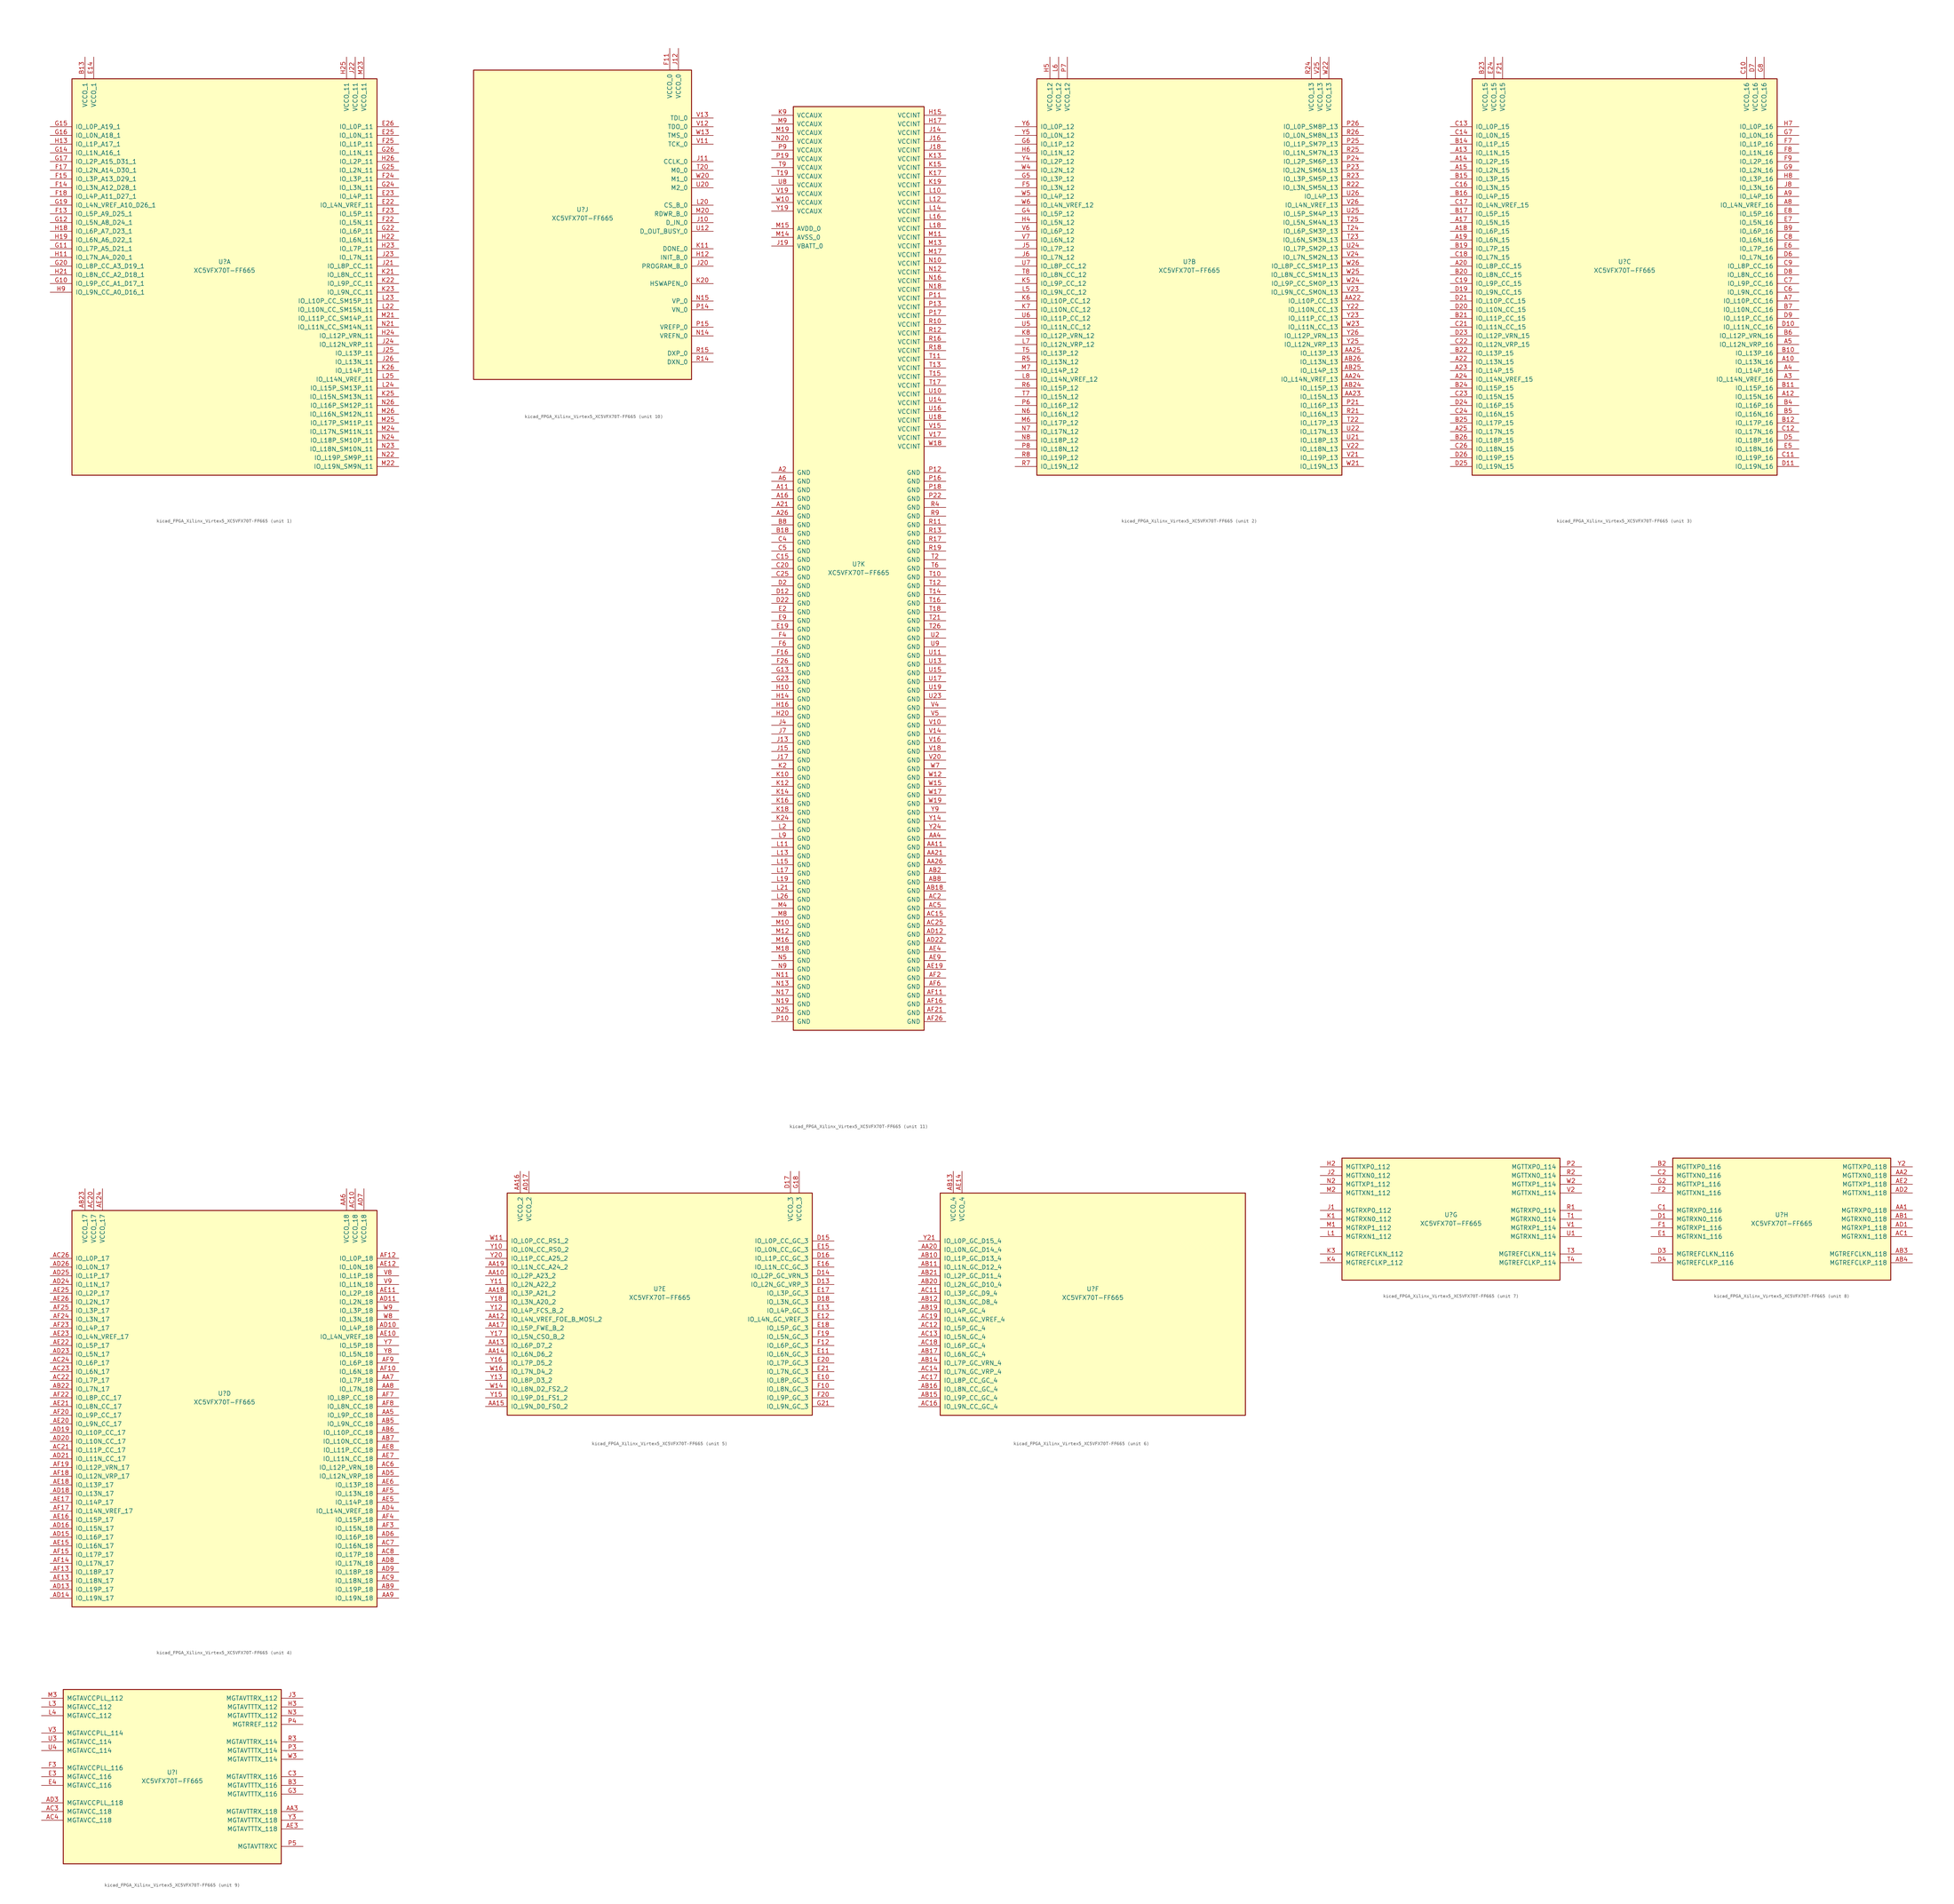
<source format=kicad_sym>
(kicad_symbol_lib
  (version 20220914)
  (generator kicad_symbol_editor)
  (symbol "kicad_FPGA_Xilinx_Virtex5_XC5VFX70T-FF665"
    (pin_names
      (offset 1.016))
    (property "Reference" "U"
      (at 0 1.27 0)
      (effects (font (size 1.27 1.27))))
    (property "Value" "XC5VFX70T-FF665"
      (at 0 -1.27 0)
      (effects (font (size 1.27 1.27))))
    (property "Datasheet" ""
      (at 0 0 0)
      (effects (font (size 1.27 1.27))))
    (property "ki_locked" ""
      (at 0 0 0)
      (effects (font (size 1.27 1.27))))
    (symbol "kicad_FPGA_Xilinx_Virtex5_XC5VFX70T-FF665_1_1"
      (rectangle (start -44.45 54.61) (end 44.45 -60.96) (stroke (width 0.254) (type default)) (fill (type background)))
      (pin power_in line (at -40.64 60.96 270) (length 6.35) (name "VCCO_1" (effects (font (size 1.27 1.27)))) (number "B13" (effects (font (size 1.27 1.27)))))
      (pin power_in line (at -38.1 60.96 270) (length 6.35) (name "VCCO_1" (effects (font (size 1.27 1.27)))) (number "E14" (effects (font (size 1.27 1.27)))))
      (pin bidirectional line (at 50.8 17.78 180) (length 6.35) (name "IO_L4N_VREF_11" (effects (font (size 1.27 1.27)))) (number "E22" (effects (font (size 1.27 1.27)))))
      (pin bidirectional line (at 50.8 20.32 180) (length 6.35) (name "IO_L4P_11" (effects (font (size 1.27 1.27)))) (number "E23" (effects (font (size 1.27 1.27)))))
      (pin bidirectional line (at 50.8 38.1 180) (length 6.35) (name "IO_L0N_11" (effects (font (size 1.27 1.27)))) (number "E25" (effects (font (size 1.27 1.27)))))
      (pin bidirectional line (at 50.8 40.64 180) (length 6.35) (name "IO_L0P_11" (effects (font (size 1.27 1.27)))) (number "E26" (effects (font (size 1.27 1.27)))))
      (pin bidirectional line (at -50.8 15.24 0) (length 6.35) (name "IO_L5P_A9_D25_1" (effects (font (size 1.27 1.27)))) (number "F13" (effects (font (size 1.27 1.27)))))
      (pin bidirectional line (at -50.8 22.86 0) (length 6.35) (name "IO_L3N_A12_D28_1" (effects (font (size 1.27 1.27)))) (number "F14" (effects (font (size 1.27 1.27)))))
      (pin bidirectional line (at -50.8 25.4 0) (length 6.35) (name "IO_L3P_A13_D29_1" (effects (font (size 1.27 1.27)))) (number "F15" (effects (font (size 1.27 1.27)))))
      (pin bidirectional line (at -50.8 27.94 0) (length 6.35) (name "IO_L2N_A14_D30_1" (effects (font (size 1.27 1.27)))) (number "F17" (effects (font (size 1.27 1.27)))))
      (pin bidirectional line (at -50.8 20.32 0) (length 6.35) (name "IO_L4P_A11_D27_1" (effects (font (size 1.27 1.27)))) (number "F18" (effects (font (size 1.27 1.27)))))
      (pin bidirectional line (at 50.8 12.7 180) (length 6.35) (name "IO_L5N_11" (effects (font (size 1.27 1.27)))) (number "F22" (effects (font (size 1.27 1.27)))))
      (pin bidirectional line (at 50.8 15.24 180) (length 6.35) (name "IO_L5P_11" (effects (font (size 1.27 1.27)))) (number "F23" (effects (font (size 1.27 1.27)))))
      (pin bidirectional line (at 50.8 25.4 180) (length 6.35) (name "IO_L3P_11" (effects (font (size 1.27 1.27)))) (number "F24" (effects (font (size 1.27 1.27)))))
      (pin bidirectional line (at 50.8 35.56 180) (length 6.35) (name "IO_L1P_11" (effects (font (size 1.27 1.27)))) (number "F25" (effects (font (size 1.27 1.27)))))
      (pin bidirectional line (at -50.8 -5.08 0) (length 6.35) (name "IO_L9P_CC_A1_D17_1" (effects (font (size 1.27 1.27)))) (number "G10" (effects (font (size 1.27 1.27)))))
      (pin bidirectional line (at -50.8 5.08 0) (length 6.35) (name "IO_L7P_A5_D21_1" (effects (font (size 1.27 1.27)))) (number "G11" (effects (font (size 1.27 1.27)))))
      (pin bidirectional line (at -50.8 12.7 0) (length 6.35) (name "IO_L5N_A8_D24_1" (effects (font (size 1.27 1.27)))) (number "G12" (effects (font (size 1.27 1.27)))))
      (pin bidirectional line (at -50.8 33.02 0) (length 6.35) (name "IO_L1N_A16_1" (effects (font (size 1.27 1.27)))) (number "G14" (effects (font (size 1.27 1.27)))))
      (pin bidirectional line (at -50.8 40.64 0) (length 6.35) (name "IO_L0P_A19_1" (effects (font (size 1.27 1.27)))) (number "G15" (effects (font (size 1.27 1.27)))))
      (pin bidirectional line (at -50.8 38.1 0) (length 6.35) (name "IO_L0N_A18_1" (effects (font (size 1.27 1.27)))) (number "G16" (effects (font (size 1.27 1.27)))))
      (pin bidirectional line (at -50.8 30.48 0) (length 6.35) (name "IO_L2P_A15_D31_1" (effects (font (size 1.27 1.27)))) (number "G17" (effects (font (size 1.27 1.27)))))
      (pin bidirectional line (at -50.8 17.78 0) (length 6.35) (name "IO_L4N_VREF_A10_D26_1" (effects (font (size 1.27 1.27)))) (number "G19" (effects (font (size 1.27 1.27)))))
      (pin bidirectional line (at -50.8 0 0) (length 6.35) (name "IO_L8P_CC_A3_D19_1" (effects (font (size 1.27 1.27)))) (number "G20" (effects (font (size 1.27 1.27)))))
      (pin bidirectional line (at 50.8 10.16 180) (length 6.35) (name "IO_L6P_11" (effects (font (size 1.27 1.27)))) (number "G22" (effects (font (size 1.27 1.27)))))
      (pin bidirectional line (at 50.8 22.86 180) (length 6.35) (name "IO_L3N_11" (effects (font (size 1.27 1.27)))) (number "G24" (effects (font (size 1.27 1.27)))))
      (pin bidirectional line (at 50.8 27.94 180) (length 6.35) (name "IO_L2N_11" (effects (font (size 1.27 1.27)))) (number "G25" (effects (font (size 1.27 1.27)))))
      (pin bidirectional line (at 50.8 33.02 180) (length 6.35) (name "IO_L1N_11" (effects (font (size 1.27 1.27)))) (number "G26" (effects (font (size 1.27 1.27)))))
      (pin bidirectional line (at -50.8 2.54 0) (length 6.35) (name "IO_L7N_A4_D20_1" (effects (font (size 1.27 1.27)))) (number "H11" (effects (font (size 1.27 1.27)))))
      (pin bidirectional line (at -50.8 35.56 0) (length 6.35) (name "IO_L1P_A17_1" (effects (font (size 1.27 1.27)))) (number "H13" (effects (font (size 1.27 1.27)))))
      (pin bidirectional line (at -50.8 10.16 0) (length 6.35) (name "IO_L6P_A7_D23_1" (effects (font (size 1.27 1.27)))) (number "H18" (effects (font (size 1.27 1.27)))))
      (pin bidirectional line (at -50.8 7.62 0) (length 6.35) (name "IO_L6N_A6_D22_1" (effects (font (size 1.27 1.27)))) (number "H19" (effects (font (size 1.27 1.27)))))
      (pin bidirectional line (at -50.8 -2.54 0) (length 6.35) (name "IO_L8N_CC_A2_D18_1" (effects (font (size 1.27 1.27)))) (number "H21" (effects (font (size 1.27 1.27)))))
      (pin bidirectional line (at 50.8 7.62 180) (length 6.35) (name "IO_L6N_11" (effects (font (size 1.27 1.27)))) (number "H22" (effects (font (size 1.27 1.27)))))
      (pin bidirectional line (at 50.8 5.08 180) (length 6.35) (name "IO_L7P_11" (effects (font (size 1.27 1.27)))) (number "H23" (effects (font (size 1.27 1.27)))))
      (pin bidirectional line (at 50.8 -20.32 180) (length 6.35) (name "IO_L12P_VRN_11" (effects (font (size 1.27 1.27)))) (number "H24" (effects (font (size 1.27 1.27)))))
      (pin power_in line (at 35.56 60.96 270) (length 6.35) (name "VCCO_11" (effects (font (size 1.27 1.27)))) (number "H25" (effects (font (size 1.27 1.27)))))
      (pin bidirectional line (at 50.8 30.48 180) (length 6.35) (name "IO_L2P_11" (effects (font (size 1.27 1.27)))) (number "H26" (effects (font (size 1.27 1.27)))))
      (pin bidirectional line (at -50.8 -7.62 0) (length 6.35) (name "IO_L9N_CC_A0_D16_1" (effects (font (size 1.27 1.27)))) (number "H9" (effects (font (size 1.27 1.27)))))
      (pin bidirectional line (at 50.8 0 180) (length 6.35) (name "IO_L8P_CC_11" (effects (font (size 1.27 1.27)))) (number "J21" (effects (font (size 1.27 1.27)))))
      (pin power_in line (at 38.1 60.96 270) (length 6.35) (name "VCCO_11" (effects (font (size 1.27 1.27)))) (number "J22" (effects (font (size 1.27 1.27)))))
      (pin bidirectional line (at 50.8 2.54 180) (length 6.35) (name "IO_L7N_11" (effects (font (size 1.27 1.27)))) (number "J23" (effects (font (size 1.27 1.27)))))
      (pin bidirectional line (at 50.8 -22.86 180) (length 6.35) (name "IO_L12N_VRP_11" (effects (font (size 1.27 1.27)))) (number "J24" (effects (font (size 1.27 1.27)))))
      (pin bidirectional line (at 50.8 -25.4 180) (length 6.35) (name "IO_L13P_11" (effects (font (size 1.27 1.27)))) (number "J25" (effects (font (size 1.27 1.27)))))
      (pin bidirectional line (at 50.8 -27.94 180) (length 6.35) (name "IO_L13N_11" (effects (font (size 1.27 1.27)))) (number "J26" (effects (font (size 1.27 1.27)))))
      (pin bidirectional line (at 50.8 -2.54 180) (length 6.35) (name "IO_L8N_CC_11" (effects (font (size 1.27 1.27)))) (number "K21" (effects (font (size 1.27 1.27)))))
      (pin bidirectional line (at 50.8 -5.08 180) (length 6.35) (name "IO_L9P_CC_11" (effects (font (size 1.27 1.27)))) (number "K22" (effects (font (size 1.27 1.27)))))
      (pin bidirectional line (at 50.8 -7.62 180) (length 6.35) (name "IO_L9N_CC_11" (effects (font (size 1.27 1.27)))) (number "K23" (effects (font (size 1.27 1.27)))))
      (pin bidirectional line (at 50.8 -38.1 180) (length 6.35) (name "IO_L15N_SM13N_11" (effects (font (size 1.27 1.27)))) (number "K25" (effects (font (size 1.27 1.27)))))
      (pin bidirectional line (at 50.8 -30.48 180) (length 6.35) (name "IO_L14P_11" (effects (font (size 1.27 1.27)))) (number "K26" (effects (font (size 1.27 1.27)))))
      (pin bidirectional line (at 50.8 -12.7 180) (length 6.35) (name "IO_L10N_CC_SM15N_11" (effects (font (size 1.27 1.27)))) (number "L22" (effects (font (size 1.27 1.27)))))
      (pin bidirectional line (at 50.8 -10.16 180) (length 6.35) (name "IO_L10P_CC_SM15P_11" (effects (font (size 1.27 1.27)))) (number "L23" (effects (font (size 1.27 1.27)))))
      (pin bidirectional line (at 50.8 -35.56 180) (length 6.35) (name "IO_L15P_SM13P_11" (effects (font (size 1.27 1.27)))) (number "L24" (effects (font (size 1.27 1.27)))))
      (pin bidirectional line (at 50.8 -33.02 180) (length 6.35) (name "IO_L14N_VREF_11" (effects (font (size 1.27 1.27)))) (number "L25" (effects (font (size 1.27 1.27)))))
      (pin bidirectional line (at 50.8 -15.24 180) (length 6.35) (name "IO_L11P_CC_SM14P_11" (effects (font (size 1.27 1.27)))) (number "M21" (effects (font (size 1.27 1.27)))))
      (pin bidirectional line (at 50.8 -58.42 180) (length 6.35) (name "IO_L19N_SM9N_11" (effects (font (size 1.27 1.27)))) (number "M22" (effects (font (size 1.27 1.27)))))
      (pin power_in line (at 40.64 60.96 270) (length 6.35) (name "VCCO_11" (effects (font (size 1.27 1.27)))) (number "M23" (effects (font (size 1.27 1.27)))))
      (pin bidirectional line (at 50.8 -48.26 180) (length 6.35) (name "IO_L17N_SM11N_11" (effects (font (size 1.27 1.27)))) (number "M24" (effects (font (size 1.27 1.27)))))
      (pin bidirectional line (at 50.8 -45.72 180) (length 6.35) (name "IO_L17P_SM11P_11" (effects (font (size 1.27 1.27)))) (number "M25" (effects (font (size 1.27 1.27)))))
      (pin bidirectional line (at 50.8 -43.18 180) (length 6.35) (name "IO_L16N_SM12N_11" (effects (font (size 1.27 1.27)))) (number "M26" (effects (font (size 1.27 1.27)))))
      (pin bidirectional line (at 50.8 -17.78 180) (length 6.35) (name "IO_L11N_CC_SM14N_11" (effects (font (size 1.27 1.27)))) (number "N21" (effects (font (size 1.27 1.27)))))
      (pin bidirectional line (at 50.8 -55.88 180) (length 6.35) (name "IO_L19P_SM9P_11" (effects (font (size 1.27 1.27)))) (number "N22" (effects (font (size 1.27 1.27)))))
      (pin bidirectional line (at 50.8 -53.34 180) (length 6.35) (name "IO_L18N_SM10N_11" (effects (font (size 1.27 1.27)))) (number "N23" (effects (font (size 1.27 1.27)))))
      (pin bidirectional line (at 50.8 -50.8 180) (length 6.35) (name "IO_L18P_SM10P_11" (effects (font (size 1.27 1.27)))) (number "N24" (effects (font (size 1.27 1.27)))))
      (pin bidirectional line (at 50.8 -40.64 180) (length 6.35) (name "IO_L16P_SM12P_11" (effects (font (size 1.27 1.27)))) (number "N26" (effects (font (size 1.27 1.27))))))
    (symbol "kicad_FPGA_Xilinx_Virtex5_XC5VFX70T-FF665_2_1"
      (rectangle (start -44.45 54.61) (end 44.45 -60.96) (stroke (width 0.254) (type default)) (fill (type background)))
      (pin bidirectional line (at 50.8 -10.16 180) (length 6.35) (name "IO_L10P_CC_13" (effects (font (size 1.27 1.27)))) (number "AA22" (effects (font (size 1.27 1.27)))))
      (pin bidirectional line (at 50.8 -38.1 180) (length 6.35) (name "IO_L15N_13" (effects (font (size 1.27 1.27)))) (number "AA23" (effects (font (size 1.27 1.27)))))
      (pin bidirectional line (at 50.8 -33.02 180) (length 6.35) (name "IO_L14N_VREF_13" (effects (font (size 1.27 1.27)))) (number "AA24" (effects (font (size 1.27 1.27)))))
      (pin bidirectional line (at 50.8 -25.4 180) (length 6.35) (name "IO_L13P_13" (effects (font (size 1.27 1.27)))) (number "AA25" (effects (font (size 1.27 1.27)))))
      (pin bidirectional line (at 50.8 -35.56 180) (length 6.35) (name "IO_L15P_13" (effects (font (size 1.27 1.27)))) (number "AB24" (effects (font (size 1.27 1.27)))))
      (pin bidirectional line (at 50.8 -30.48 180) (length 6.35) (name "IO_L14P_13" (effects (font (size 1.27 1.27)))) (number "AB25" (effects (font (size 1.27 1.27)))))
      (pin bidirectional line (at 50.8 -27.94 180) (length 6.35) (name "IO_L13N_13" (effects (font (size 1.27 1.27)))) (number "AB26" (effects (font (size 1.27 1.27)))))
      (pin bidirectional line (at -50.8 22.86 0) (length 6.35) (name "IO_L3N_12" (effects (font (size 1.27 1.27)))) (number "F5" (effects (font (size 1.27 1.27)))))
      (pin bidirectional line (at -50.8 15.24 0) (length 6.35) (name "IO_L5P_12" (effects (font (size 1.27 1.27)))) (number "G4" (effects (font (size 1.27 1.27)))))
      (pin bidirectional line (at -50.8 25.4 0) (length 6.35) (name "IO_L3P_12" (effects (font (size 1.27 1.27)))) (number "G5" (effects (font (size 1.27 1.27)))))
      (pin bidirectional line (at -50.8 35.56 0) (length 6.35) (name "IO_L1P_12" (effects (font (size 1.27 1.27)))) (number "G6" (effects (font (size 1.27 1.27)))))
      (pin bidirectional line (at -50.8 12.7 0) (length 6.35) (name "IO_L5N_12" (effects (font (size 1.27 1.27)))) (number "H4" (effects (font (size 1.27 1.27)))))
      (pin power_in line (at -40.64 60.96 270) (length 6.35) (name "VCCO_12" (effects (font (size 1.27 1.27)))) (number "H5" (effects (font (size 1.27 1.27)))))
      (pin bidirectional line (at -50.8 33.02 0) (length 6.35) (name "IO_L1N_12" (effects (font (size 1.27 1.27)))) (number "H6" (effects (font (size 1.27 1.27)))))
      (pin bidirectional line (at -50.8 5.08 0) (length 6.35) (name "IO_L7P_12" (effects (font (size 1.27 1.27)))) (number "J5" (effects (font (size 1.27 1.27)))))
      (pin bidirectional line (at -50.8 2.54 0) (length 6.35) (name "IO_L7N_12" (effects (font (size 1.27 1.27)))) (number "J6" (effects (font (size 1.27 1.27)))))
      (pin bidirectional line (at -50.8 -5.08 0) (length 6.35) (name "IO_L9P_CC_12" (effects (font (size 1.27 1.27)))) (number "K5" (effects (font (size 1.27 1.27)))))
      (pin bidirectional line (at -50.8 -10.16 0) (length 6.35) (name "IO_L10P_CC_12" (effects (font (size 1.27 1.27)))) (number "K6" (effects (font (size 1.27 1.27)))))
      (pin bidirectional line (at -50.8 -12.7 0) (length 6.35) (name "IO_L10N_CC_12" (effects (font (size 1.27 1.27)))) (number "K7" (effects (font (size 1.27 1.27)))))
      (pin bidirectional line (at -50.8 -20.32 0) (length 6.35) (name "IO_L12P_VRN_12" (effects (font (size 1.27 1.27)))) (number "K8" (effects (font (size 1.27 1.27)))))
      (pin bidirectional line (at -50.8 -7.62 0) (length 6.35) (name "IO_L9N_CC_12" (effects (font (size 1.27 1.27)))) (number "L5" (effects (font (size 1.27 1.27)))))
      (pin power_in line (at -38.1 60.96 270) (length 6.35) (name "VCCO_12" (effects (font (size 1.27 1.27)))) (number "L6" (effects (font (size 1.27 1.27)))))
      (pin bidirectional line (at -50.8 -22.86 0) (length 6.35) (name "IO_L12N_VRP_12" (effects (font (size 1.27 1.27)))) (number "L7" (effects (font (size 1.27 1.27)))))
      (pin bidirectional line (at -50.8 -33.02 0) (length 6.35) (name "IO_L14N_VREF_12" (effects (font (size 1.27 1.27)))) (number "L8" (effects (font (size 1.27 1.27)))))
      (pin bidirectional line (at -50.8 -45.72 0) (length 6.35) (name "IO_L17P_12" (effects (font (size 1.27 1.27)))) (number "M6" (effects (font (size 1.27 1.27)))))
      (pin bidirectional line (at -50.8 -30.48 0) (length 6.35) (name "IO_L14P_12" (effects (font (size 1.27 1.27)))) (number "M7" (effects (font (size 1.27 1.27)))))
      (pin bidirectional line (at -50.8 -43.18 0) (length 6.35) (name "IO_L16N_12" (effects (font (size 1.27 1.27)))) (number "N6" (effects (font (size 1.27 1.27)))))
      (pin bidirectional line (at -50.8 -48.26 0) (length 6.35) (name "IO_L17N_12" (effects (font (size 1.27 1.27)))) (number "N7" (effects (font (size 1.27 1.27)))))
      (pin bidirectional line (at -50.8 -50.8 0) (length 6.35) (name "IO_L18P_12" (effects (font (size 1.27 1.27)))) (number "N8" (effects (font (size 1.27 1.27)))))
      (pin bidirectional line (at 50.8 -40.64 180) (length 6.35) (name "IO_L16P_13" (effects (font (size 1.27 1.27)))) (number "P21" (effects (font (size 1.27 1.27)))))
      (pin bidirectional line (at 50.8 27.94 180) (length 6.35) (name "IO_L2N_SM6N_13" (effects (font (size 1.27 1.27)))) (number "P23" (effects (font (size 1.27 1.27)))))
      (pin bidirectional line (at 50.8 30.48 180) (length 6.35) (name "IO_L2P_SM6P_13" (effects (font (size 1.27 1.27)))) (number "P24" (effects (font (size 1.27 1.27)))))
      (pin bidirectional line (at 50.8 35.56 180) (length 6.35) (name "IO_L1P_SM7P_13" (effects (font (size 1.27 1.27)))) (number "P25" (effects (font (size 1.27 1.27)))))
      (pin bidirectional line (at 50.8 40.64 180) (length 6.35) (name "IO_L0P_SM8P_13" (effects (font (size 1.27 1.27)))) (number "P26" (effects (font (size 1.27 1.27)))))
      (pin bidirectional line (at -50.8 -40.64 0) (length 6.35) (name "IO_L16P_12" (effects (font (size 1.27 1.27)))) (number "P6" (effects (font (size 1.27 1.27)))))
      (pin power_in line (at -35.56 60.96 270) (length 6.35) (name "VCCO_12" (effects (font (size 1.27 1.27)))) (number "P7" (effects (font (size 1.27 1.27)))))
      (pin bidirectional line (at -50.8 -53.34 0) (length 6.35) (name "IO_L18N_12" (effects (font (size 1.27 1.27)))) (number "P8" (effects (font (size 1.27 1.27)))))
      (pin bidirectional line (at 50.8 -43.18 180) (length 6.35) (name "IO_L16N_13" (effects (font (size 1.27 1.27)))) (number "R21" (effects (font (size 1.27 1.27)))))
      (pin bidirectional line (at 50.8 22.86 180) (length 6.35) (name "IO_L3N_SM5N_13" (effects (font (size 1.27 1.27)))) (number "R22" (effects (font (size 1.27 1.27)))))
      (pin bidirectional line (at 50.8 25.4 180) (length 6.35) (name "IO_L3P_SM5P_13" (effects (font (size 1.27 1.27)))) (number "R23" (effects (font (size 1.27 1.27)))))
      (pin power_in line (at 35.56 60.96 270) (length 6.35) (name "VCCO_13" (effects (font (size 1.27 1.27)))) (number "R24" (effects (font (size 1.27 1.27)))))
      (pin bidirectional line (at 50.8 33.02 180) (length 6.35) (name "IO_L1N_SM7N_13" (effects (font (size 1.27 1.27)))) (number "R25" (effects (font (size 1.27 1.27)))))
      (pin bidirectional line (at 50.8 38.1 180) (length 6.35) (name "IO_L0N_SM8N_13" (effects (font (size 1.27 1.27)))) (number "R26" (effects (font (size 1.27 1.27)))))
      (pin bidirectional line (at -50.8 -27.94 0) (length 6.35) (name "IO_L13N_12" (effects (font (size 1.27 1.27)))) (number "R5" (effects (font (size 1.27 1.27)))))
      (pin bidirectional line (at -50.8 -35.56 0) (length 6.35) (name "IO_L15P_12" (effects (font (size 1.27 1.27)))) (number "R6" (effects (font (size 1.27 1.27)))))
      (pin bidirectional line (at -50.8 -58.42 0) (length 6.35) (name "IO_L19N_12" (effects (font (size 1.27 1.27)))) (number "R7" (effects (font (size 1.27 1.27)))))
      (pin bidirectional line (at -50.8 -55.88 0) (length 6.35) (name "IO_L19P_12" (effects (font (size 1.27 1.27)))) (number "R8" (effects (font (size 1.27 1.27)))))
      (pin bidirectional line (at 50.8 -45.72 180) (length 6.35) (name "IO_L17P_13" (effects (font (size 1.27 1.27)))) (number "T22" (effects (font (size 1.27 1.27)))))
      (pin bidirectional line (at 50.8 7.62 180) (length 6.35) (name "IO_L6N_SM3N_13" (effects (font (size 1.27 1.27)))) (number "T23" (effects (font (size 1.27 1.27)))))
      (pin bidirectional line (at 50.8 10.16 180) (length 6.35) (name "IO_L6P_SM3P_13" (effects (font (size 1.27 1.27)))) (number "T24" (effects (font (size 1.27 1.27)))))
      (pin bidirectional line (at 50.8 12.7 180) (length 6.35) (name "IO_L5N_SM4N_13" (effects (font (size 1.27 1.27)))) (number "T25" (effects (font (size 1.27 1.27)))))
      (pin bidirectional line (at -50.8 -25.4 0) (length 6.35) (name "IO_L13P_12" (effects (font (size 1.27 1.27)))) (number "T5" (effects (font (size 1.27 1.27)))))
      (pin bidirectional line (at -50.8 -38.1 0) (length 6.35) (name "IO_L15N_12" (effects (font (size 1.27 1.27)))) (number "T7" (effects (font (size 1.27 1.27)))))
      (pin bidirectional line (at -50.8 -2.54 0) (length 6.35) (name "IO_L8N_CC_12" (effects (font (size 1.27 1.27)))) (number "T8" (effects (font (size 1.27 1.27)))))
      (pin bidirectional line (at 50.8 -50.8 180) (length 6.35) (name "IO_L18P_13" (effects (font (size 1.27 1.27)))) (number "U21" (effects (font (size 1.27 1.27)))))
      (pin bidirectional line (at 50.8 -48.26 180) (length 6.35) (name "IO_L17N_13" (effects (font (size 1.27 1.27)))) (number "U22" (effects (font (size 1.27 1.27)))))
      (pin bidirectional line (at 50.8 5.08 180) (length 6.35) (name "IO_L7P_SM2P_13" (effects (font (size 1.27 1.27)))) (number "U24" (effects (font (size 1.27 1.27)))))
      (pin bidirectional line (at 50.8 15.24 180) (length 6.35) (name "IO_L5P_SM4P_13" (effects (font (size 1.27 1.27)))) (number "U25" (effects (font (size 1.27 1.27)))))
      (pin bidirectional line (at 50.8 20.32 180) (length 6.35) (name "IO_L4P_13" (effects (font (size 1.27 1.27)))) (number "U26" (effects (font (size 1.27 1.27)))))
      (pin bidirectional line (at -50.8 -17.78 0) (length 6.35) (name "IO_L11N_CC_12" (effects (font (size 1.27 1.27)))) (number "U5" (effects (font (size 1.27 1.27)))))
      (pin bidirectional line (at -50.8 -15.24 0) (length 6.35) (name "IO_L11P_CC_12" (effects (font (size 1.27 1.27)))) (number "U6" (effects (font (size 1.27 1.27)))))
      (pin bidirectional line (at -50.8 0 0) (length 6.35) (name "IO_L8P_CC_12" (effects (font (size 1.27 1.27)))) (number "U7" (effects (font (size 1.27 1.27)))))
      (pin bidirectional line (at 50.8 -55.88 180) (length 6.35) (name "IO_L19P_13" (effects (font (size 1.27 1.27)))) (number "V21" (effects (font (size 1.27 1.27)))))
      (pin bidirectional line (at 50.8 -53.34 180) (length 6.35) (name "IO_L18N_13" (effects (font (size 1.27 1.27)))) (number "V22" (effects (font (size 1.27 1.27)))))
      (pin bidirectional line (at 50.8 -7.62 180) (length 6.35) (name "IO_L9N_CC_SM0N_13" (effects (font (size 1.27 1.27)))) (number "V23" (effects (font (size 1.27 1.27)))))
      (pin bidirectional line (at 50.8 2.54 180) (length 6.35) (name "IO_L7N_SM2N_13" (effects (font (size 1.27 1.27)))) (number "V24" (effects (font (size 1.27 1.27)))))
      (pin power_in line (at 38.1 60.96 270) (length 6.35) (name "VCCO_13" (effects (font (size 1.27 1.27)))) (number "V25" (effects (font (size 1.27 1.27)))))
      (pin bidirectional line (at 50.8 17.78 180) (length 6.35) (name "IO_L4N_VREF_13" (effects (font (size 1.27 1.27)))) (number "V26" (effects (font (size 1.27 1.27)))))
      (pin bidirectional line (at -50.8 10.16 0) (length 6.35) (name "IO_L6P_12" (effects (font (size 1.27 1.27)))) (number "V6" (effects (font (size 1.27 1.27)))))
      (pin bidirectional line (at -50.8 7.62 0) (length 6.35) (name "IO_L6N_12" (effects (font (size 1.27 1.27)))) (number "V7" (effects (font (size 1.27 1.27)))))
      (pin bidirectional line (at 50.8 -58.42 180) (length 6.35) (name "IO_L19N_13" (effects (font (size 1.27 1.27)))) (number "W21" (effects (font (size 1.27 1.27)))))
      (pin power_in line (at 40.64 60.96 270) (length 6.35) (name "VCCO_13" (effects (font (size 1.27 1.27)))) (number "W22" (effects (font (size 1.27 1.27)))))
      (pin bidirectional line (at 50.8 -17.78 180) (length 6.35) (name "IO_L11N_CC_13" (effects (font (size 1.27 1.27)))) (number "W23" (effects (font (size 1.27 1.27)))))
      (pin bidirectional line (at 50.8 -5.08 180) (length 6.35) (name "IO_L9P_CC_SM0P_13" (effects (font (size 1.27 1.27)))) (number "W24" (effects (font (size 1.27 1.27)))))
      (pin bidirectional line (at 50.8 -2.54 180) (length 6.35) (name "IO_L8N_CC_SM1N_13" (effects (font (size 1.27 1.27)))) (number "W25" (effects (font (size 1.27 1.27)))))
      (pin bidirectional line (at 50.8 0 180) (length 6.35) (name "IO_L8P_CC_SM1P_13" (effects (font (size 1.27 1.27)))) (number "W26" (effects (font (size 1.27 1.27)))))
      (pin bidirectional line (at -50.8 27.94 0) (length 6.35) (name "IO_L2N_12" (effects (font (size 1.27 1.27)))) (number "W4" (effects (font (size 1.27 1.27)))))
      (pin bidirectional line (at -50.8 20.32 0) (length 6.35) (name "IO_L4P_12" (effects (font (size 1.27 1.27)))) (number "W5" (effects (font (size 1.27 1.27)))))
      (pin bidirectional line (at -50.8 17.78 0) (length 6.35) (name "IO_L4N_VREF_12" (effects (font (size 1.27 1.27)))) (number "W6" (effects (font (size 1.27 1.27)))))
      (pin bidirectional line (at 50.8 -12.7 180) (length 6.35) (name "IO_L10N_CC_13" (effects (font (size 1.27 1.27)))) (number "Y22" (effects (font (size 1.27 1.27)))))
      (pin bidirectional line (at 50.8 -15.24 180) (length 6.35) (name "IO_L11P_CC_13" (effects (font (size 1.27 1.27)))) (number "Y23" (effects (font (size 1.27 1.27)))))
      (pin bidirectional line (at 50.8 -22.86 180) (length 6.35) (name "IO_L12N_VRP_13" (effects (font (size 1.27 1.27)))) (number "Y25" (effects (font (size 1.27 1.27)))))
      (pin bidirectional line (at 50.8 -20.32 180) (length 6.35) (name "IO_L12P_VRN_13" (effects (font (size 1.27 1.27)))) (number "Y26" (effects (font (size 1.27 1.27)))))
      (pin bidirectional line (at -50.8 30.48 0) (length 6.35) (name "IO_L2P_12" (effects (font (size 1.27 1.27)))) (number "Y4" (effects (font (size 1.27 1.27)))))
      (pin bidirectional line (at -50.8 38.1 0) (length 6.35) (name "IO_L0N_12" (effects (font (size 1.27 1.27)))) (number "Y5" (effects (font (size 1.27 1.27)))))
      (pin bidirectional line (at -50.8 40.64 0) (length 6.35) (name "IO_L0P_12" (effects (font (size 1.27 1.27)))) (number "Y6" (effects (font (size 1.27 1.27))))))
    (symbol "kicad_FPGA_Xilinx_Virtex5_XC5VFX70T-FF665_3_1"
      (rectangle (start -44.45 54.61) (end 44.45 -60.96) (stroke (width 0.254) (type default)) (fill (type background)))
      (pin bidirectional line (at 50.8 -27.94 180) (length 6.35) (name "IO_L13N_16" (effects (font (size 1.27 1.27)))) (number "A10" (effects (font (size 1.27 1.27)))))
      (pin bidirectional line (at 50.8 -38.1 180) (length 6.35) (name "IO_L15N_16" (effects (font (size 1.27 1.27)))) (number "A12" (effects (font (size 1.27 1.27)))))
      (pin bidirectional line (at -50.8 33.02 0) (length 6.35) (name "IO_L1N_15" (effects (font (size 1.27 1.27)))) (number "A13" (effects (font (size 1.27 1.27)))))
      (pin bidirectional line (at -50.8 30.48 0) (length 6.35) (name "IO_L2P_15" (effects (font (size 1.27 1.27)))) (number "A14" (effects (font (size 1.27 1.27)))))
      (pin bidirectional line (at -50.8 27.94 0) (length 6.35) (name "IO_L2N_15" (effects (font (size 1.27 1.27)))) (number "A15" (effects (font (size 1.27 1.27)))))
      (pin bidirectional line (at -50.8 12.7 0) (length 6.35) (name "IO_L5N_15" (effects (font (size 1.27 1.27)))) (number "A17" (effects (font (size 1.27 1.27)))))
      (pin bidirectional line (at -50.8 10.16 0) (length 6.35) (name "IO_L6P_15" (effects (font (size 1.27 1.27)))) (number "A18" (effects (font (size 1.27 1.27)))))
      (pin bidirectional line (at -50.8 7.62 0) (length 6.35) (name "IO_L6N_15" (effects (font (size 1.27 1.27)))) (number "A19" (effects (font (size 1.27 1.27)))))
      (pin bidirectional line (at -50.8 0 0) (length 6.35) (name "IO_L8P_CC_15" (effects (font (size 1.27 1.27)))) (number "A20" (effects (font (size 1.27 1.27)))))
      (pin bidirectional line (at -50.8 -27.94 0) (length 6.35) (name "IO_L13N_15" (effects (font (size 1.27 1.27)))) (number "A22" (effects (font (size 1.27 1.27)))))
      (pin bidirectional line (at -50.8 -30.48 0) (length 6.35) (name "IO_L14P_15" (effects (font (size 1.27 1.27)))) (number "A23" (effects (font (size 1.27 1.27)))))
      (pin bidirectional line (at -50.8 -33.02 0) (length 6.35) (name "IO_L14N_VREF_15" (effects (font (size 1.27 1.27)))) (number "A24" (effects (font (size 1.27 1.27)))))
      (pin bidirectional line (at -50.8 -48.26 0) (length 6.35) (name "IO_L17N_15" (effects (font (size 1.27 1.27)))) (number "A25" (effects (font (size 1.27 1.27)))))
      (pin bidirectional line (at 50.8 -33.02 180) (length 6.35) (name "IO_L14N_VREF_16" (effects (font (size 1.27 1.27)))) (number "A3" (effects (font (size 1.27 1.27)))))
      (pin bidirectional line (at 50.8 -30.48 180) (length 6.35) (name "IO_L14P_16" (effects (font (size 1.27 1.27)))) (number "A4" (effects (font (size 1.27 1.27)))))
      (pin bidirectional line (at 50.8 -22.86 180) (length 6.35) (name "IO_L12N_VRP_16" (effects (font (size 1.27 1.27)))) (number "A5" (effects (font (size 1.27 1.27)))))
      (pin bidirectional line (at 50.8 -10.16 180) (length 6.35) (name "IO_L10P_CC_16" (effects (font (size 1.27 1.27)))) (number "A7" (effects (font (size 1.27 1.27)))))
      (pin bidirectional line (at 50.8 17.78 180) (length 6.35) (name "IO_L4N_VREF_16" (effects (font (size 1.27 1.27)))) (number "A8" (effects (font (size 1.27 1.27)))))
      (pin bidirectional line (at 50.8 20.32 180) (length 6.35) (name "IO_L4P_16" (effects (font (size 1.27 1.27)))) (number "A9" (effects (font (size 1.27 1.27)))))
      (pin bidirectional line (at 50.8 -25.4 180) (length 6.35) (name "IO_L13P_16" (effects (font (size 1.27 1.27)))) (number "B10" (effects (font (size 1.27 1.27)))))
      (pin bidirectional line (at 50.8 -35.56 180) (length 6.35) (name "IO_L15P_16" (effects (font (size 1.27 1.27)))) (number "B11" (effects (font (size 1.27 1.27)))))
      (pin bidirectional line (at 50.8 -45.72 180) (length 6.35) (name "IO_L17P_16" (effects (font (size 1.27 1.27)))) (number "B12" (effects (font (size 1.27 1.27)))))
      (pin bidirectional line (at -50.8 35.56 0) (length 6.35) (name "IO_L1P_15" (effects (font (size 1.27 1.27)))) (number "B14" (effects (font (size 1.27 1.27)))))
      (pin bidirectional line (at -50.8 25.4 0) (length 6.35) (name "IO_L3P_15" (effects (font (size 1.27 1.27)))) (number "B15" (effects (font (size 1.27 1.27)))))
      (pin bidirectional line (at -50.8 20.32 0) (length 6.35) (name "IO_L4P_15" (effects (font (size 1.27 1.27)))) (number "B16" (effects (font (size 1.27 1.27)))))
      (pin bidirectional line (at -50.8 15.24 0) (length 6.35) (name "IO_L5P_15" (effects (font (size 1.27 1.27)))) (number "B17" (effects (font (size 1.27 1.27)))))
      (pin bidirectional line (at -50.8 5.08 0) (length 6.35) (name "IO_L7P_15" (effects (font (size 1.27 1.27)))) (number "B19" (effects (font (size 1.27 1.27)))))
      (pin bidirectional line (at -50.8 -2.54 0) (length 6.35) (name "IO_L8N_CC_15" (effects (font (size 1.27 1.27)))) (number "B20" (effects (font (size 1.27 1.27)))))
      (pin bidirectional line (at -50.8 -15.24 0) (length 6.35) (name "IO_L11P_CC_15" (effects (font (size 1.27 1.27)))) (number "B21" (effects (font (size 1.27 1.27)))))
      (pin bidirectional line (at -50.8 -25.4 0) (length 6.35) (name "IO_L13P_15" (effects (font (size 1.27 1.27)))) (number "B22" (effects (font (size 1.27 1.27)))))
      (pin power_in line (at -40.64 60.96 270) (length 6.35) (name "VCCO_15" (effects (font (size 1.27 1.27)))) (number "B23" (effects (font (size 1.27 1.27)))))
      (pin bidirectional line (at -50.8 -35.56 0) (length 6.35) (name "IO_L15P_15" (effects (font (size 1.27 1.27)))) (number "B24" (effects (font (size 1.27 1.27)))))
      (pin bidirectional line (at -50.8 -45.72 0) (length 6.35) (name "IO_L17P_15" (effects (font (size 1.27 1.27)))) (number "B25" (effects (font (size 1.27 1.27)))))
      (pin bidirectional line (at -50.8 -50.8 0) (length 6.35) (name "IO_L18P_15" (effects (font (size 1.27 1.27)))) (number "B26" (effects (font (size 1.27 1.27)))))
      (pin bidirectional line (at 50.8 -40.64 180) (length 6.35) (name "IO_L16P_16" (effects (font (size 1.27 1.27)))) (number "B4" (effects (font (size 1.27 1.27)))))
      (pin bidirectional line (at 50.8 -43.18 180) (length 6.35) (name "IO_L16N_16" (effects (font (size 1.27 1.27)))) (number "B5" (effects (font (size 1.27 1.27)))))
      (pin bidirectional line (at 50.8 -20.32 180) (length 6.35) (name "IO_L12P_VRN_16" (effects (font (size 1.27 1.27)))) (number "B6" (effects (font (size 1.27 1.27)))))
      (pin bidirectional line (at 50.8 -12.7 180) (length 6.35) (name "IO_L10N_CC_16" (effects (font (size 1.27 1.27)))) (number "B7" (effects (font (size 1.27 1.27)))))
      (pin bidirectional line (at 50.8 10.16 180) (length 6.35) (name "IO_L6P_16" (effects (font (size 1.27 1.27)))) (number "B9" (effects (font (size 1.27 1.27)))))
      (pin power_in line (at 35.56 60.96 270) (length 6.35) (name "VCCO_16" (effects (font (size 1.27 1.27)))) (number "C10" (effects (font (size 1.27 1.27)))))
      (pin bidirectional line (at 50.8 -55.88 180) (length 6.35) (name "IO_L19P_16" (effects (font (size 1.27 1.27)))) (number "C11" (effects (font (size 1.27 1.27)))))
      (pin bidirectional line (at 50.8 -48.26 180) (length 6.35) (name "IO_L17N_16" (effects (font (size 1.27 1.27)))) (number "C12" (effects (font (size 1.27 1.27)))))
      (pin bidirectional line (at -50.8 40.64 0) (length 6.35) (name "IO_L0P_15" (effects (font (size 1.27 1.27)))) (number "C13" (effects (font (size 1.27 1.27)))))
      (pin bidirectional line (at -50.8 38.1 0) (length 6.35) (name "IO_L0N_15" (effects (font (size 1.27 1.27)))) (number "C14" (effects (font (size 1.27 1.27)))))
      (pin bidirectional line (at -50.8 22.86 0) (length 6.35) (name "IO_L3N_15" (effects (font (size 1.27 1.27)))) (number "C16" (effects (font (size 1.27 1.27)))))
      (pin bidirectional line (at -50.8 17.78 0) (length 6.35) (name "IO_L4N_VREF_15" (effects (font (size 1.27 1.27)))) (number "C17" (effects (font (size 1.27 1.27)))))
      (pin bidirectional line (at -50.8 2.54 0) (length 6.35) (name "IO_L7N_15" (effects (font (size 1.27 1.27)))) (number "C18" (effects (font (size 1.27 1.27)))))
      (pin bidirectional line (at -50.8 -5.08 0) (length 6.35) (name "IO_L9P_CC_15" (effects (font (size 1.27 1.27)))) (number "C19" (effects (font (size 1.27 1.27)))))
      (pin bidirectional line (at -50.8 -17.78 0) (length 6.35) (name "IO_L11N_CC_15" (effects (font (size 1.27 1.27)))) (number "C21" (effects (font (size 1.27 1.27)))))
      (pin bidirectional line (at -50.8 -22.86 0) (length 6.35) (name "IO_L12N_VRP_15" (effects (font (size 1.27 1.27)))) (number "C22" (effects (font (size 1.27 1.27)))))
      (pin bidirectional line (at -50.8 -38.1 0) (length 6.35) (name "IO_L15N_15" (effects (font (size 1.27 1.27)))) (number "C23" (effects (font (size 1.27 1.27)))))
      (pin bidirectional line (at -50.8 -43.18 0) (length 6.35) (name "IO_L16N_15" (effects (font (size 1.27 1.27)))) (number "C24" (effects (font (size 1.27 1.27)))))
      (pin bidirectional line (at -50.8 -53.34 0) (length 6.35) (name "IO_L18N_15" (effects (font (size 1.27 1.27)))) (number "C26" (effects (font (size 1.27 1.27)))))
      (pin bidirectional line (at 50.8 -7.62 180) (length 6.35) (name "IO_L9N_CC_16" (effects (font (size 1.27 1.27)))) (number "C6" (effects (font (size 1.27 1.27)))))
      (pin bidirectional line (at 50.8 -5.08 180) (length 6.35) (name "IO_L9P_CC_16" (effects (font (size 1.27 1.27)))) (number "C7" (effects (font (size 1.27 1.27)))))
      (pin bidirectional line (at 50.8 7.62 180) (length 6.35) (name "IO_L6N_16" (effects (font (size 1.27 1.27)))) (number "C8" (effects (font (size 1.27 1.27)))))
      (pin bidirectional line (at 50.8 0 180) (length 6.35) (name "IO_L8P_CC_16" (effects (font (size 1.27 1.27)))) (number "C9" (effects (font (size 1.27 1.27)))))
      (pin bidirectional line (at 50.8 -17.78 180) (length 6.35) (name "IO_L11N_CC_16" (effects (font (size 1.27 1.27)))) (number "D10" (effects (font (size 1.27 1.27)))))
      (pin bidirectional line (at 50.8 -58.42 180) (length 6.35) (name "IO_L19N_16" (effects (font (size 1.27 1.27)))) (number "D11" (effects (font (size 1.27 1.27)))))
      (pin bidirectional line (at -50.8 -7.62 0) (length 6.35) (name "IO_L9N_CC_15" (effects (font (size 1.27 1.27)))) (number "D19" (effects (font (size 1.27 1.27)))))
      (pin bidirectional line (at -50.8 -12.7 0) (length 6.35) (name "IO_L10N_CC_15" (effects (font (size 1.27 1.27)))) (number "D20" (effects (font (size 1.27 1.27)))))
      (pin bidirectional line (at -50.8 -10.16 0) (length 6.35) (name "IO_L10P_CC_15" (effects (font (size 1.27 1.27)))) (number "D21" (effects (font (size 1.27 1.27)))))
      (pin bidirectional line (at -50.8 -20.32 0) (length 6.35) (name "IO_L12P_VRN_15" (effects (font (size 1.27 1.27)))) (number "D23" (effects (font (size 1.27 1.27)))))
      (pin bidirectional line (at -50.8 -40.64 0) (length 6.35) (name "IO_L16P_15" (effects (font (size 1.27 1.27)))) (number "D24" (effects (font (size 1.27 1.27)))))
      (pin bidirectional line (at -50.8 -58.42 0) (length 6.35) (name "IO_L19N_15" (effects (font (size 1.27 1.27)))) (number "D25" (effects (font (size 1.27 1.27)))))
      (pin bidirectional line (at -50.8 -55.88 0) (length 6.35) (name "IO_L19P_15" (effects (font (size 1.27 1.27)))) (number "D26" (effects (font (size 1.27 1.27)))))
      (pin bidirectional line (at 50.8 -50.8 180) (length 6.35) (name "IO_L18P_16" (effects (font (size 1.27 1.27)))) (number "D5" (effects (font (size 1.27 1.27)))))
      (pin bidirectional line (at 50.8 2.54 180) (length 6.35) (name "IO_L7N_16" (effects (font (size 1.27 1.27)))) (number "D6" (effects (font (size 1.27 1.27)))))
      (pin power_in line (at 38.1 60.96 270) (length 6.35) (name "VCCO_16" (effects (font (size 1.27 1.27)))) (number "D7" (effects (font (size 1.27 1.27)))))
      (pin bidirectional line (at 50.8 -2.54 180) (length 6.35) (name "IO_L8N_CC_16" (effects (font (size 1.27 1.27)))) (number "D8" (effects (font (size 1.27 1.27)))))
      (pin bidirectional line (at 50.8 -15.24 180) (length 6.35) (name "IO_L11P_CC_16" (effects (font (size 1.27 1.27)))) (number "D9" (effects (font (size 1.27 1.27)))))
      (pin power_in line (at -38.1 60.96 270) (length 6.35) (name "VCCO_15" (effects (font (size 1.27 1.27)))) (number "E24" (effects (font (size 1.27 1.27)))))
      (pin bidirectional line (at 50.8 -53.34 180) (length 6.35) (name "IO_L18N_16" (effects (font (size 1.27 1.27)))) (number "E5" (effects (font (size 1.27 1.27)))))
      (pin bidirectional line (at 50.8 5.08 180) (length 6.35) (name "IO_L7P_16" (effects (font (size 1.27 1.27)))) (number "E6" (effects (font (size 1.27 1.27)))))
      (pin bidirectional line (at 50.8 12.7 180) (length 6.35) (name "IO_L5N_16" (effects (font (size 1.27 1.27)))) (number "E7" (effects (font (size 1.27 1.27)))))
      (pin bidirectional line (at 50.8 15.24 180) (length 6.35) (name "IO_L5P_16" (effects (font (size 1.27 1.27)))) (number "E8" (effects (font (size 1.27 1.27)))))
      (pin power_in line (at -35.56 60.96 270) (length 6.35) (name "VCCO_15" (effects (font (size 1.27 1.27)))) (number "F21" (effects (font (size 1.27 1.27)))))
      (pin bidirectional line (at 50.8 35.56 180) (length 6.35) (name "IO_L1P_16" (effects (font (size 1.27 1.27)))) (number "F7" (effects (font (size 1.27 1.27)))))
      (pin bidirectional line (at 50.8 33.02 180) (length 6.35) (name "IO_L1N_16" (effects (font (size 1.27 1.27)))) (number "F8" (effects (font (size 1.27 1.27)))))
      (pin bidirectional line (at 50.8 30.48 180) (length 6.35) (name "IO_L2P_16" (effects (font (size 1.27 1.27)))) (number "F9" (effects (font (size 1.27 1.27)))))
      (pin bidirectional line (at 50.8 38.1 180) (length 6.35) (name "IO_L0N_16" (effects (font (size 1.27 1.27)))) (number "G7" (effects (font (size 1.27 1.27)))))
      (pin power_in line (at 40.64 60.96 270) (length 6.35) (name "VCCO_16" (effects (font (size 1.27 1.27)))) (number "G8" (effects (font (size 1.27 1.27)))))
      (pin bidirectional line (at 50.8 27.94 180) (length 6.35) (name "IO_L2N_16" (effects (font (size 1.27 1.27)))) (number "G9" (effects (font (size 1.27 1.27)))))
      (pin bidirectional line (at 50.8 40.64 180) (length 6.35) (name "IO_L0P_16" (effects (font (size 1.27 1.27)))) (number "H7" (effects (font (size 1.27 1.27)))))
      (pin bidirectional line (at 50.8 25.4 180) (length 6.35) (name "IO_L3P_16" (effects (font (size 1.27 1.27)))) (number "H8" (effects (font (size 1.27 1.27)))))
      (pin bidirectional line (at 50.8 22.86 180) (length 6.35) (name "IO_L3N_16" (effects (font (size 1.27 1.27)))) (number "J8" (effects (font (size 1.27 1.27))))))
    (symbol "kicad_FPGA_Xilinx_Virtex5_XC5VFX70T-FF665_4_1"
      (rectangle (start -44.45 54.61) (end 44.45 -60.96) (stroke (width 0.254) (type default)) (fill (type background)))
      (pin bidirectional line (at 50.8 -5.08 180) (length 6.35) (name "IO_L9P_CC_18" (effects (font (size 1.27 1.27)))) (number "AA5" (effects (font (size 1.27 1.27)))))
      (pin power_in line (at 35.56 60.96 270) (length 6.35) (name "VCCO_18" (effects (font (size 1.27 1.27)))) (number "AA6" (effects (font (size 1.27 1.27)))))
      (pin bidirectional line (at 50.8 5.08 180) (length 6.35) (name "IO_L7P_18" (effects (font (size 1.27 1.27)))) (number "AA7" (effects (font (size 1.27 1.27)))))
      (pin bidirectional line (at 50.8 2.54 180) (length 6.35) (name "IO_L7N_18" (effects (font (size 1.27 1.27)))) (number "AA8" (effects (font (size 1.27 1.27)))))
      (pin bidirectional line (at 50.8 -58.42 180) (length 6.35) (name "IO_L19N_18" (effects (font (size 1.27 1.27)))) (number "AA9" (effects (font (size 1.27 1.27)))))
      (pin bidirectional line (at -50.8 2.54 0) (length 6.35) (name "IO_L7N_17" (effects (font (size 1.27 1.27)))) (number "AB22" (effects (font (size 1.27 1.27)))))
      (pin power_in line (at -40.64 60.96 270) (length 6.35) (name "VCCO_17" (effects (font (size 1.27 1.27)))) (number "AB23" (effects (font (size 1.27 1.27)))))
      (pin bidirectional line (at 50.8 -7.62 180) (length 6.35) (name "IO_L9N_CC_18" (effects (font (size 1.27 1.27)))) (number "AB5" (effects (font (size 1.27 1.27)))))
      (pin bidirectional line (at 50.8 -10.16 180) (length 6.35) (name "IO_L10P_CC_18" (effects (font (size 1.27 1.27)))) (number "AB6" (effects (font (size 1.27 1.27)))))
      (pin bidirectional line (at 50.8 -12.7 180) (length 6.35) (name "IO_L10N_CC_18" (effects (font (size 1.27 1.27)))) (number "AB7" (effects (font (size 1.27 1.27)))))
      (pin bidirectional line (at 50.8 -55.88 180) (length 6.35) (name "IO_L19P_18" (effects (font (size 1.27 1.27)))) (number "AB9" (effects (font (size 1.27 1.27)))))
      (pin power_in line (at 38.1 60.96 270) (length 6.35) (name "VCCO_18" (effects (font (size 1.27 1.27)))) (number "AC10" (effects (font (size 1.27 1.27)))))
      (pin power_in line (at -38.1 60.96 270) (length 6.35) (name "VCCO_17" (effects (font (size 1.27 1.27)))) (number "AC20" (effects (font (size 1.27 1.27)))))
      (pin bidirectional line (at -50.8 -15.24 0) (length 6.35) (name "IO_L11P_CC_17" (effects (font (size 1.27 1.27)))) (number "AC21" (effects (font (size 1.27 1.27)))))
      (pin bidirectional line (at -50.8 5.08 0) (length 6.35) (name "IO_L7P_17" (effects (font (size 1.27 1.27)))) (number "AC22" (effects (font (size 1.27 1.27)))))
      (pin bidirectional line (at -50.8 7.62 0) (length 6.35) (name "IO_L6N_17" (effects (font (size 1.27 1.27)))) (number "AC23" (effects (font (size 1.27 1.27)))))
      (pin bidirectional line (at -50.8 10.16 0) (length 6.35) (name "IO_L6P_17" (effects (font (size 1.27 1.27)))) (number "AC24" (effects (font (size 1.27 1.27)))))
      (pin bidirectional line (at -50.8 40.64 0) (length 6.35) (name "IO_L0P_17" (effects (font (size 1.27 1.27)))) (number "AC26" (effects (font (size 1.27 1.27)))))
      (pin bidirectional line (at 50.8 -20.32 180) (length 6.35) (name "IO_L12P_VRN_18" (effects (font (size 1.27 1.27)))) (number "AC6" (effects (font (size 1.27 1.27)))))
      (pin bidirectional line (at 50.8 -43.18 180) (length 6.35) (name "IO_L16N_18" (effects (font (size 1.27 1.27)))) (number "AC7" (effects (font (size 1.27 1.27)))))
      (pin bidirectional line (at 50.8 -45.72 180) (length 6.35) (name "IO_L17P_18" (effects (font (size 1.27 1.27)))) (number "AC8" (effects (font (size 1.27 1.27)))))
      (pin bidirectional line (at 50.8 -53.34 180) (length 6.35) (name "IO_L18N_18" (effects (font (size 1.27 1.27)))) (number "AC9" (effects (font (size 1.27 1.27)))))
      (pin bidirectional line (at 50.8 20.32 180) (length 6.35) (name "IO_L4P_18" (effects (font (size 1.27 1.27)))) (number "AD10" (effects (font (size 1.27 1.27)))))
      (pin bidirectional line (at 50.8 27.94 180) (length 6.35) (name "IO_L2N_18" (effects (font (size 1.27 1.27)))) (number "AD11" (effects (font (size 1.27 1.27)))))
      (pin bidirectional line (at -50.8 -55.88 0) (length 6.35) (name "IO_L19P_17" (effects (font (size 1.27 1.27)))) (number "AD13" (effects (font (size 1.27 1.27)))))
      (pin bidirectional line (at -50.8 -58.42 0) (length 6.35) (name "IO_L19N_17" (effects (font (size 1.27 1.27)))) (number "AD14" (effects (font (size 1.27 1.27)))))
      (pin bidirectional line (at -50.8 -40.64 0) (length 6.35) (name "IO_L16P_17" (effects (font (size 1.27 1.27)))) (number "AD15" (effects (font (size 1.27 1.27)))))
      (pin bidirectional line (at -50.8 -38.1 0) (length 6.35) (name "IO_L15N_17" (effects (font (size 1.27 1.27)))) (number "AD16" (effects (font (size 1.27 1.27)))))
      (pin bidirectional line (at -50.8 -27.94 0) (length 6.35) (name "IO_L13N_17" (effects (font (size 1.27 1.27)))) (number "AD18" (effects (font (size 1.27 1.27)))))
      (pin bidirectional line (at -50.8 -10.16 0) (length 6.35) (name "IO_L10P_CC_17" (effects (font (size 1.27 1.27)))) (number "AD19" (effects (font (size 1.27 1.27)))))
      (pin bidirectional line (at -50.8 -12.7 0) (length 6.35) (name "IO_L10N_CC_17" (effects (font (size 1.27 1.27)))) (number "AD20" (effects (font (size 1.27 1.27)))))
      (pin bidirectional line (at -50.8 -17.78 0) (length 6.35) (name "IO_L11N_CC_17" (effects (font (size 1.27 1.27)))) (number "AD21" (effects (font (size 1.27 1.27)))))
      (pin bidirectional line (at -50.8 12.7 0) (length 6.35) (name "IO_L5N_17" (effects (font (size 1.27 1.27)))) (number "AD23" (effects (font (size 1.27 1.27)))))
      (pin bidirectional line (at -50.8 33.02 0) (length 6.35) (name "IO_L1N_17" (effects (font (size 1.27 1.27)))) (number "AD24" (effects (font (size 1.27 1.27)))))
      (pin bidirectional line (at -50.8 35.56 0) (length 6.35) (name "IO_L1P_17" (effects (font (size 1.27 1.27)))) (number "AD25" (effects (font (size 1.27 1.27)))))
      (pin bidirectional line (at -50.8 38.1 0) (length 6.35) (name "IO_L0N_17" (effects (font (size 1.27 1.27)))) (number "AD26" (effects (font (size 1.27 1.27)))))
      (pin bidirectional line (at 50.8 -33.02 180) (length 6.35) (name "IO_L14N_VREF_18" (effects (font (size 1.27 1.27)))) (number "AD4" (effects (font (size 1.27 1.27)))))
      (pin bidirectional line (at 50.8 -22.86 180) (length 6.35) (name "IO_L12N_VRP_18" (effects (font (size 1.27 1.27)))) (number "AD5" (effects (font (size 1.27 1.27)))))
      (pin bidirectional line (at 50.8 -40.64 180) (length 6.35) (name "IO_L16P_18" (effects (font (size 1.27 1.27)))) (number "AD6" (effects (font (size 1.27 1.27)))))
      (pin power_in line (at 40.64 60.96 270) (length 6.35) (name "VCCO_18" (effects (font (size 1.27 1.27)))) (number "AD7" (effects (font (size 1.27 1.27)))))
      (pin bidirectional line (at 50.8 -48.26 180) (length 6.35) (name "IO_L17N_18" (effects (font (size 1.27 1.27)))) (number "AD8" (effects (font (size 1.27 1.27)))))
      (pin bidirectional line (at 50.8 -50.8 180) (length 6.35) (name "IO_L18P_18" (effects (font (size 1.27 1.27)))) (number "AD9" (effects (font (size 1.27 1.27)))))
      (pin bidirectional line (at 50.8 17.78 180) (length 6.35) (name "IO_L4N_VREF_18" (effects (font (size 1.27 1.27)))) (number "AE10" (effects (font (size 1.27 1.27)))))
      (pin bidirectional line (at 50.8 30.48 180) (length 6.35) (name "IO_L2P_18" (effects (font (size 1.27 1.27)))) (number "AE11" (effects (font (size 1.27 1.27)))))
      (pin bidirectional line (at 50.8 38.1 180) (length 6.35) (name "IO_L0N_18" (effects (font (size 1.27 1.27)))) (number "AE12" (effects (font (size 1.27 1.27)))))
      (pin bidirectional line (at -50.8 -53.34 0) (length 6.35) (name "IO_L18N_17" (effects (font (size 1.27 1.27)))) (number "AE13" (effects (font (size 1.27 1.27)))))
      (pin bidirectional line (at -50.8 -43.18 0) (length 6.35) (name "IO_L16N_17" (effects (font (size 1.27 1.27)))) (number "AE15" (effects (font (size 1.27 1.27)))))
      (pin bidirectional line (at -50.8 -35.56 0) (length 6.35) (name "IO_L15P_17" (effects (font (size 1.27 1.27)))) (number "AE16" (effects (font (size 1.27 1.27)))))
      (pin bidirectional line (at -50.8 -30.48 0) (length 6.35) (name "IO_L14P_17" (effects (font (size 1.27 1.27)))) (number "AE17" (effects (font (size 1.27 1.27)))))
      (pin bidirectional line (at -50.8 -25.4 0) (length 6.35) (name "IO_L13P_17" (effects (font (size 1.27 1.27)))) (number "AE18" (effects (font (size 1.27 1.27)))))
      (pin bidirectional line (at -50.8 -7.62 0) (length 6.35) (name "IO_L9N_CC_17" (effects (font (size 1.27 1.27)))) (number "AE20" (effects (font (size 1.27 1.27)))))
      (pin bidirectional line (at -50.8 -2.54 0) (length 6.35) (name "IO_L8N_CC_17" (effects (font (size 1.27 1.27)))) (number "AE21" (effects (font (size 1.27 1.27)))))
      (pin bidirectional line (at -50.8 15.24 0) (length 6.35) (name "IO_L5P_17" (effects (font (size 1.27 1.27)))) (number "AE22" (effects (font (size 1.27 1.27)))))
      (pin bidirectional line (at -50.8 17.78 0) (length 6.35) (name "IO_L4N_VREF_17" (effects (font (size 1.27 1.27)))) (number "AE23" (effects (font (size 1.27 1.27)))))
      (pin power_in line (at -35.56 60.96 270) (length 6.35) (name "VCCO_17" (effects (font (size 1.27 1.27)))) (number "AE24" (effects (font (size 1.27 1.27)))))
      (pin bidirectional line (at -50.8 30.48 0) (length 6.35) (name "IO_L2P_17" (effects (font (size 1.27 1.27)))) (number "AE25" (effects (font (size 1.27 1.27)))))
      (pin bidirectional line (at -50.8 27.94 0) (length 6.35) (name "IO_L2N_17" (effects (font (size 1.27 1.27)))) (number "AE26" (effects (font (size 1.27 1.27)))))
      (pin bidirectional line (at 50.8 -30.48 180) (length 6.35) (name "IO_L14P_18" (effects (font (size 1.27 1.27)))) (number "AE5" (effects (font (size 1.27 1.27)))))
      (pin bidirectional line (at 50.8 -25.4 180) (length 6.35) (name "IO_L13P_18" (effects (font (size 1.27 1.27)))) (number "AE6" (effects (font (size 1.27 1.27)))))
      (pin bidirectional line (at 50.8 -17.78 180) (length 6.35) (name "IO_L11N_CC_18" (effects (font (size 1.27 1.27)))) (number "AE7" (effects (font (size 1.27 1.27)))))
      (pin bidirectional line (at 50.8 -15.24 180) (length 6.35) (name "IO_L11P_CC_18" (effects (font (size 1.27 1.27)))) (number "AE8" (effects (font (size 1.27 1.27)))))
      (pin bidirectional line (at 50.8 7.62 180) (length 6.35) (name "IO_L6N_18" (effects (font (size 1.27 1.27)))) (number "AF10" (effects (font (size 1.27 1.27)))))
      (pin bidirectional line (at 50.8 40.64 180) (length 6.35) (name "IO_L0P_18" (effects (font (size 1.27 1.27)))) (number "AF12" (effects (font (size 1.27 1.27)))))
      (pin bidirectional line (at -50.8 -50.8 0) (length 6.35) (name "IO_L18P_17" (effects (font (size 1.27 1.27)))) (number "AF13" (effects (font (size 1.27 1.27)))))
      (pin bidirectional line (at -50.8 -48.26 0) (length 6.35) (name "IO_L17N_17" (effects (font (size 1.27 1.27)))) (number "AF14" (effects (font (size 1.27 1.27)))))
      (pin bidirectional line (at -50.8 -45.72 0) (length 6.35) (name "IO_L17P_17" (effects (font (size 1.27 1.27)))) (number "AF15" (effects (font (size 1.27 1.27)))))
      (pin bidirectional line (at -50.8 -33.02 0) (length 6.35) (name "IO_L14N_VREF_17" (effects (font (size 1.27 1.27)))) (number "AF17" (effects (font (size 1.27 1.27)))))
      (pin bidirectional line (at -50.8 -22.86 0) (length 6.35) (name "IO_L12N_VRP_17" (effects (font (size 1.27 1.27)))) (number "AF18" (effects (font (size 1.27 1.27)))))
      (pin bidirectional line (at -50.8 -20.32 0) (length 6.35) (name "IO_L12P_VRN_17" (effects (font (size 1.27 1.27)))) (number "AF19" (effects (font (size 1.27 1.27)))))
      (pin bidirectional line (at -50.8 -5.08 0) (length 6.35) (name "IO_L9P_CC_17" (effects (font (size 1.27 1.27)))) (number "AF20" (effects (font (size 1.27 1.27)))))
      (pin bidirectional line (at -50.8 0 0) (length 6.35) (name "IO_L8P_CC_17" (effects (font (size 1.27 1.27)))) (number "AF22" (effects (font (size 1.27 1.27)))))
      (pin bidirectional line (at -50.8 20.32 0) (length 6.35) (name "IO_L4P_17" (effects (font (size 1.27 1.27)))) (number "AF23" (effects (font (size 1.27 1.27)))))
      (pin bidirectional line (at -50.8 22.86 0) (length 6.35) (name "IO_L3N_17" (effects (font (size 1.27 1.27)))) (number "AF24" (effects (font (size 1.27 1.27)))))
      (pin bidirectional line (at -50.8 25.4 0) (length 6.35) (name "IO_L3P_17" (effects (font (size 1.27 1.27)))) (number "AF25" (effects (font (size 1.27 1.27)))))
      (pin bidirectional line (at 50.8 -38.1 180) (length 6.35) (name "IO_L15N_18" (effects (font (size 1.27 1.27)))) (number "AF3" (effects (font (size 1.27 1.27)))))
      (pin bidirectional line (at 50.8 -35.56 180) (length 6.35) (name "IO_L15P_18" (effects (font (size 1.27 1.27)))) (number "AF4" (effects (font (size 1.27 1.27)))))
      (pin bidirectional line (at 50.8 -27.94 180) (length 6.35) (name "IO_L13N_18" (effects (font (size 1.27 1.27)))) (number "AF5" (effects (font (size 1.27 1.27)))))
      (pin bidirectional line (at 50.8 0 180) (length 6.35) (name "IO_L8P_CC_18" (effects (font (size 1.27 1.27)))) (number "AF7" (effects (font (size 1.27 1.27)))))
      (pin bidirectional line (at 50.8 -2.54 180) (length 6.35) (name "IO_L8N_CC_18" (effects (font (size 1.27 1.27)))) (number "AF8" (effects (font (size 1.27 1.27)))))
      (pin bidirectional line (at 50.8 10.16 180) (length 6.35) (name "IO_L6P_18" (effects (font (size 1.27 1.27)))) (number "AF9" (effects (font (size 1.27 1.27)))))
      (pin bidirectional line (at 50.8 35.56 180) (length 6.35) (name "IO_L1P_18" (effects (font (size 1.27 1.27)))) (number "V8" (effects (font (size 1.27 1.27)))))
      (pin bidirectional line (at 50.8 33.02 180) (length 6.35) (name "IO_L1N_18" (effects (font (size 1.27 1.27)))) (number "V9" (effects (font (size 1.27 1.27)))))
      (pin bidirectional line (at 50.8 22.86 180) (length 6.35) (name "IO_L3N_18" (effects (font (size 1.27 1.27)))) (number "W8" (effects (font (size 1.27 1.27)))))
      (pin bidirectional line (at 50.8 25.4 180) (length 6.35) (name "IO_L3P_18" (effects (font (size 1.27 1.27)))) (number "W9" (effects (font (size 1.27 1.27)))))
      (pin bidirectional line (at 50.8 15.24 180) (length 6.35) (name "IO_L5P_18" (effects (font (size 1.27 1.27)))) (number "Y7" (effects (font (size 1.27 1.27)))))
      (pin bidirectional line (at 50.8 12.7 180) (length 6.35) (name "IO_L5N_18" (effects (font (size 1.27 1.27)))) (number "Y8" (effects (font (size 1.27 1.27))))))
    (symbol "kicad_FPGA_Xilinx_Virtex5_XC5VFX70T-FF665_5_1"
      (rectangle (start -44.45 29.21) (end 44.45 -35.56) (stroke (width 0.254) (type default)) (fill (type background)))
      (pin bidirectional line (at -50.8 5.08 0) (length 6.35) (name "IO_L2P_A23_2" (effects (font (size 1.27 1.27)))) (number "AA10" (effects (font (size 1.27 1.27)))))
      (pin bidirectional line (at -50.8 -7.62 0) (length 6.35) (name "IO_L4N_VREF_FOE_B_MOSI_2" (effects (font (size 1.27 1.27)))) (number "AA12" (effects (font (size 1.27 1.27)))))
      (pin bidirectional line (at -50.8 -15.24 0) (length 6.35) (name "IO_L6P_D7_2" (effects (font (size 1.27 1.27)))) (number "AA13" (effects (font (size 1.27 1.27)))))
      (pin bidirectional line (at -50.8 -17.78 0) (length 6.35) (name "IO_L6N_D6_2" (effects (font (size 1.27 1.27)))) (number "AA14" (effects (font (size 1.27 1.27)))))
      (pin bidirectional line (at -50.8 -33.02 0) (length 6.35) (name "IO_L9N_D0_FS0_2" (effects (font (size 1.27 1.27)))) (number "AA15" (effects (font (size 1.27 1.27)))))
      (pin power_in line (at -40.64 35.56 270) (length 6.35) (name "VCCO_2" (effects (font (size 1.27 1.27)))) (number "AA16" (effects (font (size 1.27 1.27)))))
      (pin bidirectional line (at -50.8 -10.16 0) (length 6.35) (name "IO_L5P_FWE_B_2" (effects (font (size 1.27 1.27)))) (number "AA17" (effects (font (size 1.27 1.27)))))
      (pin bidirectional line (at -50.8 0 0) (length 6.35) (name "IO_L3P_A21_2" (effects (font (size 1.27 1.27)))) (number "AA18" (effects (font (size 1.27 1.27)))))
      (pin bidirectional line (at -50.8 7.62 0) (length 6.35) (name "IO_L1N_CC_A24_2" (effects (font (size 1.27 1.27)))) (number "AA19" (effects (font (size 1.27 1.27)))))
      (pin power_in line (at -38.1 35.56 270) (length 6.35) (name "VCCO_2" (effects (font (size 1.27 1.27)))) (number "AD17" (effects (font (size 1.27 1.27)))))
      (pin bidirectional line (at 50.8 2.54 180) (length 6.35) (name "IO_L2N_GC_VRP_3" (effects (font (size 1.27 1.27)))) (number "D13" (effects (font (size 1.27 1.27)))))
      (pin bidirectional line (at 50.8 5.08 180) (length 6.35) (name "IO_L2P_GC_VRN_3" (effects (font (size 1.27 1.27)))) (number "D14" (effects (font (size 1.27 1.27)))))
      (pin bidirectional line (at 50.8 15.24 180) (length 6.35) (name "IO_L0P_CC_GC_3" (effects (font (size 1.27 1.27)))) (number "D15" (effects (font (size 1.27 1.27)))))
      (pin bidirectional line (at 50.8 10.16 180) (length 6.35) (name "IO_L1P_CC_GC_3" (effects (font (size 1.27 1.27)))) (number "D16" (effects (font (size 1.27 1.27)))))
      (pin power_in line (at 38.1 35.56 270) (length 6.35) (name "VCCO_3" (effects (font (size 1.27 1.27)))) (number "D17" (effects (font (size 1.27 1.27)))))
      (pin bidirectional line (at 50.8 -2.54 180) (length 6.35) (name "IO_L3N_GC_3" (effects (font (size 1.27 1.27)))) (number "D18" (effects (font (size 1.27 1.27)))))
      (pin bidirectional line (at 50.8 -25.4 180) (length 6.35) (name "IO_L8P_GC_3" (effects (font (size 1.27 1.27)))) (number "E10" (effects (font (size 1.27 1.27)))))
      (pin bidirectional line (at 50.8 -17.78 180) (length 6.35) (name "IO_L6N_GC_3" (effects (font (size 1.27 1.27)))) (number "E11" (effects (font (size 1.27 1.27)))))
      (pin bidirectional line (at 50.8 -7.62 180) (length 6.35) (name "IO_L4N_GC_VREF_3" (effects (font (size 1.27 1.27)))) (number "E12" (effects (font (size 1.27 1.27)))))
      (pin bidirectional line (at 50.8 -5.08 180) (length 6.35) (name "IO_L4P_GC_3" (effects (font (size 1.27 1.27)))) (number "E13" (effects (font (size 1.27 1.27)))))
      (pin bidirectional line (at 50.8 12.7 180) (length 6.35) (name "IO_L0N_CC_GC_3" (effects (font (size 1.27 1.27)))) (number "E15" (effects (font (size 1.27 1.27)))))
      (pin bidirectional line (at 50.8 7.62 180) (length 6.35) (name "IO_L1N_CC_GC_3" (effects (font (size 1.27 1.27)))) (number "E16" (effects (font (size 1.27 1.27)))))
      (pin bidirectional line (at 50.8 0 180) (length 6.35) (name "IO_L3P_GC_3" (effects (font (size 1.27 1.27)))) (number "E17" (effects (font (size 1.27 1.27)))))
      (pin bidirectional line (at 50.8 -10.16 180) (length 6.35) (name "IO_L5P_GC_3" (effects (font (size 1.27 1.27)))) (number "E18" (effects (font (size 1.27 1.27)))))
      (pin bidirectional line (at 50.8 -20.32 180) (length 6.35) (name "IO_L7P_GC_3" (effects (font (size 1.27 1.27)))) (number "E20" (effects (font (size 1.27 1.27)))))
      (pin bidirectional line (at 50.8 -22.86 180) (length 6.35) (name "IO_L7N_GC_3" (effects (font (size 1.27 1.27)))) (number "E21" (effects (font (size 1.27 1.27)))))
      (pin bidirectional line (at 50.8 -27.94 180) (length 6.35) (name "IO_L8N_GC_3" (effects (font (size 1.27 1.27)))) (number "F10" (effects (font (size 1.27 1.27)))))
      (pin bidirectional line (at 50.8 -15.24 180) (length 6.35) (name "IO_L6P_GC_3" (effects (font (size 1.27 1.27)))) (number "F12" (effects (font (size 1.27 1.27)))))
      (pin bidirectional line (at 50.8 -12.7 180) (length 6.35) (name "IO_L5N_GC_3" (effects (font (size 1.27 1.27)))) (number "F19" (effects (font (size 1.27 1.27)))))
      (pin bidirectional line (at 50.8 -30.48 180) (length 6.35) (name "IO_L9P_GC_3" (effects (font (size 1.27 1.27)))) (number "F20" (effects (font (size 1.27 1.27)))))
      (pin power_in line (at 40.64 35.56 270) (length 6.35) (name "VCCO_3" (effects (font (size 1.27 1.27)))) (number "G18" (effects (font (size 1.27 1.27)))))
      (pin bidirectional line (at 50.8 -33.02 180) (length 6.35) (name "IO_L9N_GC_3" (effects (font (size 1.27 1.27)))) (number "G21" (effects (font (size 1.27 1.27)))))
      (pin bidirectional line (at -50.8 15.24 0) (length 6.35) (name "IO_L0P_CC_RS1_2" (effects (font (size 1.27 1.27)))) (number "W11" (effects (font (size 1.27 1.27)))))
      (pin bidirectional line (at -50.8 -27.94 0) (length 6.35) (name "IO_L8N_D2_FS2_2" (effects (font (size 1.27 1.27)))) (number "W14" (effects (font (size 1.27 1.27)))))
      (pin bidirectional line (at -50.8 -22.86 0) (length 6.35) (name "IO_L7N_D4_2" (effects (font (size 1.27 1.27)))) (number "W16" (effects (font (size 1.27 1.27)))))
      (pin bidirectional line (at -50.8 12.7 0) (length 6.35) (name "IO_L0N_CC_RS0_2" (effects (font (size 1.27 1.27)))) (number "Y10" (effects (font (size 1.27 1.27)))))
      (pin bidirectional line (at -50.8 2.54 0) (length 6.35) (name "IO_L2N_A22_2" (effects (font (size 1.27 1.27)))) (number "Y11" (effects (font (size 1.27 1.27)))))
      (pin bidirectional line (at -50.8 -5.08 0) (length 6.35) (name "IO_L4P_FCS_B_2" (effects (font (size 1.27 1.27)))) (number "Y12" (effects (font (size 1.27 1.27)))))
      (pin bidirectional line (at -50.8 -25.4 0) (length 6.35) (name "IO_L8P_D3_2" (effects (font (size 1.27 1.27)))) (number "Y13" (effects (font (size 1.27 1.27)))))
      (pin bidirectional line (at -50.8 -30.48 0) (length 6.35) (name "IO_L9P_D1_FS1_2" (effects (font (size 1.27 1.27)))) (number "Y15" (effects (font (size 1.27 1.27)))))
      (pin bidirectional line (at -50.8 -20.32 0) (length 6.35) (name "IO_L7P_D5_2" (effects (font (size 1.27 1.27)))) (number "Y16" (effects (font (size 1.27 1.27)))))
      (pin bidirectional line (at -50.8 -12.7 0) (length 6.35) (name "IO_L5N_CSO_B_2" (effects (font (size 1.27 1.27)))) (number "Y17" (effects (font (size 1.27 1.27)))))
      (pin bidirectional line (at -50.8 -2.54 0) (length 6.35) (name "IO_L3N_A20_2" (effects (font (size 1.27 1.27)))) (number "Y18" (effects (font (size 1.27 1.27)))))
      (pin bidirectional line (at -50.8 10.16 0) (length 6.35) (name "IO_L1P_CC_A25_2" (effects (font (size 1.27 1.27)))) (number "Y20" (effects (font (size 1.27 1.27))))))
    (symbol "kicad_FPGA_Xilinx_Virtex5_XC5VFX70T-FF665_6_1"
      (rectangle (start -44.45 29.21) (end 44.45 -35.56) (stroke (width 0.254) (type default)) (fill (type background)))
      (pin bidirectional line (at -50.8 12.7 0) (length 6.35) (name "IO_L0N_GC_D14_4" (effects (font (size 1.27 1.27)))) (number "AA20" (effects (font (size 1.27 1.27)))))
      (pin bidirectional line (at -50.8 10.16 0) (length 6.35) (name "IO_L1P_GC_D13_4" (effects (font (size 1.27 1.27)))) (number "AB10" (effects (font (size 1.27 1.27)))))
      (pin bidirectional line (at -50.8 7.62 0) (length 6.35) (name "IO_L1N_GC_D12_4" (effects (font (size 1.27 1.27)))) (number "AB11" (effects (font (size 1.27 1.27)))))
      (pin bidirectional line (at -50.8 -2.54 0) (length 6.35) (name "IO_L3N_GC_D8_4" (effects (font (size 1.27 1.27)))) (number "AB12" (effects (font (size 1.27 1.27)))))
      (pin power_in line (at -40.64 35.56 270) (length 6.35) (name "VCCO_4" (effects (font (size 1.27 1.27)))) (number "AB13" (effects (font (size 1.27 1.27)))))
      (pin bidirectional line (at -50.8 -20.32 0) (length 6.35) (name "IO_L7P_GC_VRN_4" (effects (font (size 1.27 1.27)))) (number "AB14" (effects (font (size 1.27 1.27)))))
      (pin bidirectional line (at -50.8 -30.48 0) (length 6.35) (name "IO_L9P_CC_GC_4" (effects (font (size 1.27 1.27)))) (number "AB15" (effects (font (size 1.27 1.27)))))
      (pin bidirectional line (at -50.8 -27.94 0) (length 6.35) (name "IO_L8N_CC_GC_4" (effects (font (size 1.27 1.27)))) (number "AB16" (effects (font (size 1.27 1.27)))))
      (pin bidirectional line (at -50.8 -17.78 0) (length 6.35) (name "IO_L6N_GC_4" (effects (font (size 1.27 1.27)))) (number "AB17" (effects (font (size 1.27 1.27)))))
      (pin bidirectional line (at -50.8 -5.08 0) (length 6.35) (name "IO_L4P_GC_4" (effects (font (size 1.27 1.27)))) (number "AB19" (effects (font (size 1.27 1.27)))))
      (pin bidirectional line (at -50.8 2.54 0) (length 6.35) (name "IO_L2N_GC_D10_4" (effects (font (size 1.27 1.27)))) (number "AB20" (effects (font (size 1.27 1.27)))))
      (pin bidirectional line (at -50.8 5.08 0) (length 6.35) (name "IO_L2P_GC_D11_4" (effects (font (size 1.27 1.27)))) (number "AB21" (effects (font (size 1.27 1.27)))))
      (pin bidirectional line (at -50.8 0 0) (length 6.35) (name "IO_L3P_GC_D9_4" (effects (font (size 1.27 1.27)))) (number "AC11" (effects (font (size 1.27 1.27)))))
      (pin bidirectional line (at -50.8 -10.16 0) (length 6.35) (name "IO_L5P_GC_4" (effects (font (size 1.27 1.27)))) (number "AC12" (effects (font (size 1.27 1.27)))))
      (pin bidirectional line (at -50.8 -12.7 0) (length 6.35) (name "IO_L5N_GC_4" (effects (font (size 1.27 1.27)))) (number "AC13" (effects (font (size 1.27 1.27)))))
      (pin bidirectional line (at -50.8 -22.86 0) (length 6.35) (name "IO_L7N_GC_VRP_4" (effects (font (size 1.27 1.27)))) (number "AC14" (effects (font (size 1.27 1.27)))))
      (pin bidirectional line (at -50.8 -33.02 0) (length 6.35) (name "IO_L9N_CC_GC_4" (effects (font (size 1.27 1.27)))) (number "AC16" (effects (font (size 1.27 1.27)))))
      (pin bidirectional line (at -50.8 -25.4 0) (length 6.35) (name "IO_L8P_CC_GC_4" (effects (font (size 1.27 1.27)))) (number "AC17" (effects (font (size 1.27 1.27)))))
      (pin bidirectional line (at -50.8 -15.24 0) (length 6.35) (name "IO_L6P_GC_4" (effects (font (size 1.27 1.27)))) (number "AC18" (effects (font (size 1.27 1.27)))))
      (pin bidirectional line (at -50.8 -7.62 0) (length 6.35) (name "IO_L4N_GC_VREF_4" (effects (font (size 1.27 1.27)))) (number "AC19" (effects (font (size 1.27 1.27)))))
      (pin power_in line (at -38.1 35.56 270) (length 6.35) (name "VCCO_4" (effects (font (size 1.27 1.27)))) (number "AE14" (effects (font (size 1.27 1.27)))))
      (pin bidirectional line (at -50.8 15.24 0) (length 6.35) (name "IO_L0P_GC_D15_4" (effects (font (size 1.27 1.27)))) (number "Y21" (effects (font (size 1.27 1.27))))))
    (symbol "kicad_FPGA_Xilinx_Virtex5_XC5VFX70T-FF665_7_1"
      (rectangle (start -31.75 17.78) (end 31.75 -17.78) (stroke (width 0.254) (type default)) (fill (type background)))
      (pin bidirectional line (at -38.1 15.24 0) (length 6.35) (name "MGTTXP0_112" (effects (font (size 1.27 1.27)))) (number "H2" (effects (font (size 1.27 1.27)))))
      (pin bidirectional line (at -38.1 2.54 0) (length 6.35) (name "MGTRXP0_112" (effects (font (size 1.27 1.27)))) (number "J1" (effects (font (size 1.27 1.27)))))
      (pin bidirectional line (at -38.1 12.7 0) (length 6.35) (name "MGTTXN0_112" (effects (font (size 1.27 1.27)))) (number "J2" (effects (font (size 1.27 1.27)))))
      (pin bidirectional line (at -38.1 0 0) (length 6.35) (name "MGTRXN0_112" (effects (font (size 1.27 1.27)))) (number "K1" (effects (font (size 1.27 1.27)))))
      (pin bidirectional line (at -38.1 -10.16 0) (length 6.35) (name "MGTREFCLKN_112" (effects (font (size 1.27 1.27)))) (number "K3" (effects (font (size 1.27 1.27)))))
      (pin bidirectional line (at -38.1 -12.7 0) (length 6.35) (name "MGTREFCLKP_112" (effects (font (size 1.27 1.27)))) (number "K4" (effects (font (size 1.27 1.27)))))
      (pin bidirectional line (at -38.1 -5.08 0) (length 6.35) (name "MGTRXN1_112" (effects (font (size 1.27 1.27)))) (number "L1" (effects (font (size 1.27 1.27)))))
      (pin bidirectional line (at -38.1 -2.54 0) (length 6.35) (name "MGTRXP1_112" (effects (font (size 1.27 1.27)))) (number "M1" (effects (font (size 1.27 1.27)))))
      (pin bidirectional line (at -38.1 7.62 0) (length 6.35) (name "MGTTXN1_112" (effects (font (size 1.27 1.27)))) (number "M2" (effects (font (size 1.27 1.27)))))
      (pin bidirectional line (at -38.1 10.16 0) (length 6.35) (name "MGTTXP1_112" (effects (font (size 1.27 1.27)))) (number "N2" (effects (font (size 1.27 1.27)))))
      (pin bidirectional line (at 38.1 15.24 180) (length 6.35) (name "MGTTXP0_114" (effects (font (size 1.27 1.27)))) (number "P2" (effects (font (size 1.27 1.27)))))
      (pin bidirectional line (at 38.1 2.54 180) (length 6.35) (name "MGTRXP0_114" (effects (font (size 1.27 1.27)))) (number "R1" (effects (font (size 1.27 1.27)))))
      (pin bidirectional line (at 38.1 12.7 180) (length 6.35) (name "MGTTXN0_114" (effects (font (size 1.27 1.27)))) (number "R2" (effects (font (size 1.27 1.27)))))
      (pin bidirectional line (at 38.1 0 180) (length 6.35) (name "MGTRXN0_114" (effects (font (size 1.27 1.27)))) (number "T1" (effects (font (size 1.27 1.27)))))
      (pin bidirectional line (at 38.1 -10.16 180) (length 6.35) (name "MGTREFCLKN_114" (effects (font (size 1.27 1.27)))) (number "T3" (effects (font (size 1.27 1.27)))))
      (pin bidirectional line (at 38.1 -12.7 180) (length 6.35) (name "MGTREFCLKP_114" (effects (font (size 1.27 1.27)))) (number "T4" (effects (font (size 1.27 1.27)))))
      (pin bidirectional line (at 38.1 -5.08 180) (length 6.35) (name "MGTRXN1_114" (effects (font (size 1.27 1.27)))) (number "U1" (effects (font (size 1.27 1.27)))))
      (pin bidirectional line (at 38.1 -2.54 180) (length 6.35) (name "MGTRXP1_114" (effects (font (size 1.27 1.27)))) (number "V1" (effects (font (size 1.27 1.27)))))
      (pin bidirectional line (at 38.1 7.62 180) (length 6.35) (name "MGTTXN1_114" (effects (font (size 1.27 1.27)))) (number "V2" (effects (font (size 1.27 1.27)))))
      (pin bidirectional line (at 38.1 10.16 180) (length 6.35) (name "MGTTXP1_114" (effects (font (size 1.27 1.27)))) (number "W2" (effects (font (size 1.27 1.27))))))
    (symbol "kicad_FPGA_Xilinx_Virtex5_XC5VFX70T-FF665_8_1"
      (rectangle (start -31.75 17.78) (end 31.75 -17.78) (stroke (width 0.254) (type default)) (fill (type background)))
      (pin bidirectional line (at 38.1 2.54 180) (length 6.35) (name "MGTRXP0_118" (effects (font (size 1.27 1.27)))) (number "AA1" (effects (font (size 1.27 1.27)))))
      (pin bidirectional line (at 38.1 12.7 180) (length 6.35) (name "MGTTXN0_118" (effects (font (size 1.27 1.27)))) (number "AA2" (effects (font (size 1.27 1.27)))))
      (pin bidirectional line (at 38.1 0 180) (length 6.35) (name "MGTRXN0_118" (effects (font (size 1.27 1.27)))) (number "AB1" (effects (font (size 1.27 1.27)))))
      (pin bidirectional line (at 38.1 -10.16 180) (length 6.35) (name "MGTREFCLKN_118" (effects (font (size 1.27 1.27)))) (number "AB3" (effects (font (size 1.27 1.27)))))
      (pin bidirectional line (at 38.1 -12.7 180) (length 6.35) (name "MGTREFCLKP_118" (effects (font (size 1.27 1.27)))) (number "AB4" (effects (font (size 1.27 1.27)))))
      (pin bidirectional line (at 38.1 -5.08 180) (length 6.35) (name "MGTRXN1_118" (effects (font (size 1.27 1.27)))) (number "AC1" (effects (font (size 1.27 1.27)))))
      (pin bidirectional line (at 38.1 -2.54 180) (length 6.35) (name "MGTRXP1_118" (effects (font (size 1.27 1.27)))) (number "AD1" (effects (font (size 1.27 1.27)))))
      (pin bidirectional line (at 38.1 7.62 180) (length 6.35) (name "MGTTXN1_118" (effects (font (size 1.27 1.27)))) (number "AD2" (effects (font (size 1.27 1.27)))))
      (pin bidirectional line (at 38.1 10.16 180) (length 6.35) (name "MGTTXP1_118" (effects (font (size 1.27 1.27)))) (number "AE2" (effects (font (size 1.27 1.27)))))
      (pin bidirectional line (at -38.1 15.24 0) (length 6.35) (name "MGTTXP0_116" (effects (font (size 1.27 1.27)))) (number "B2" (effects (font (size 1.27 1.27)))))
      (pin bidirectional line (at -38.1 2.54 0) (length 6.35) (name "MGTRXP0_116" (effects (font (size 1.27 1.27)))) (number "C1" (effects (font (size 1.27 1.27)))))
      (pin bidirectional line (at -38.1 12.7 0) (length 6.35) (name "MGTTXN0_116" (effects (font (size 1.27 1.27)))) (number "C2" (effects (font (size 1.27 1.27)))))
      (pin bidirectional line (at -38.1 0 0) (length 6.35) (name "MGTRXN0_116" (effects (font (size 1.27 1.27)))) (number "D1" (effects (font (size 1.27 1.27)))))
      (pin bidirectional line (at -38.1 -10.16 0) (length 6.35) (name "MGTREFCLKN_116" (effects (font (size 1.27 1.27)))) (number "D3" (effects (font (size 1.27 1.27)))))
      (pin bidirectional line (at -38.1 -12.7 0) (length 6.35) (name "MGTREFCLKP_116" (effects (font (size 1.27 1.27)))) (number "D4" (effects (font (size 1.27 1.27)))))
      (pin bidirectional line (at -38.1 -5.08 0) (length 6.35) (name "MGTRXN1_116" (effects (font (size 1.27 1.27)))) (number "E1" (effects (font (size 1.27 1.27)))))
      (pin bidirectional line (at -38.1 -2.54 0) (length 6.35) (name "MGTRXP1_116" (effects (font (size 1.27 1.27)))) (number "F1" (effects (font (size 1.27 1.27)))))
      (pin bidirectional line (at -38.1 7.62 0) (length 6.35) (name "MGTTXN1_116" (effects (font (size 1.27 1.27)))) (number "F2" (effects (font (size 1.27 1.27)))))
      (pin bidirectional line (at -38.1 10.16 0) (length 6.35) (name "MGTTXP1_116" (effects (font (size 1.27 1.27)))) (number "G2" (effects (font (size 1.27 1.27)))))
      (pin bidirectional line (at 38.1 15.24 180) (length 6.35) (name "MGTTXP0_118" (effects (font (size 1.27 1.27)))) (number "Y2" (effects (font (size 1.27 1.27))))))
    (symbol "kicad_FPGA_Xilinx_Virtex5_XC5VFX70T-FF665_9_1"
      (rectangle (start -31.75 25.4) (end 31.75 -25.4) (stroke (width 0.254) (type default)) (fill (type background)))
      (pin power_in line (at 38.1 -10.16 180) (length 6.35) (name "MGTAVTTRX_118" (effects (font (size 1.27 1.27)))) (number "AA3" (effects (font (size 1.27 1.27)))))
      (pin power_in line (at -38.1 -10.16 0) (length 6.35) (name "MGTAVCC_118" (effects (font (size 1.27 1.27)))) (number "AC3" (effects (font (size 1.27 1.27)))))
      (pin power_in line (at -38.1 -12.7 0) (length 6.35) (name "MGTAVCC_118" (effects (font (size 1.27 1.27)))) (number "AC4" (effects (font (size 1.27 1.27)))))
      (pin power_in line (at -38.1 -7.62 0) (length 6.35) (name "MGTAVCCPLL_118" (effects (font (size 1.27 1.27)))) (number "AD3" (effects (font (size 1.27 1.27)))))
      (pin power_in line (at 38.1 -15.24 180) (length 6.35) (name "MGTAVTTTX_118" (effects (font (size 1.27 1.27)))) (number "AE3" (effects (font (size 1.27 1.27)))))
      (pin power_in line (at 38.1 -2.54 180) (length 6.35) (name "MGTAVTTTX_116" (effects (font (size 1.27 1.27)))) (number "B3" (effects (font (size 1.27 1.27)))))
      (pin power_in line (at 38.1 0 180) (length 6.35) (name "MGTAVTTRX_116" (effects (font (size 1.27 1.27)))) (number "C3" (effects (font (size 1.27 1.27)))))
      (pin power_in line (at -38.1 0 0) (length 6.35) (name "MGTAVCC_116" (effects (font (size 1.27 1.27)))) (number "E3" (effects (font (size 1.27 1.27)))))
      (pin power_in line (at -38.1 -2.54 0) (length 6.35) (name "MGTAVCC_116" (effects (font (size 1.27 1.27)))) (number "E4" (effects (font (size 1.27 1.27)))))
      (pin power_in line (at -38.1 2.54 0) (length 6.35) (name "MGTAVCCPLL_116" (effects (font (size 1.27 1.27)))) (number "F3" (effects (font (size 1.27 1.27)))))
      (pin power_in line (at 38.1 -5.08 180) (length 6.35) (name "MGTAVTTTX_116" (effects (font (size 1.27 1.27)))) (number "G3" (effects (font (size 1.27 1.27)))))
      (pin power_in line (at 38.1 20.32 180) (length 6.35) (name "MGTAVTTTX_112" (effects (font (size 1.27 1.27)))) (number "H3" (effects (font (size 1.27 1.27)))))
      (pin power_in line (at 38.1 22.86 180) (length 6.35) (name "MGTAVTTRX_112" (effects (font (size 1.27 1.27)))) (number "J3" (effects (font (size 1.27 1.27)))))
      (pin power_in line (at -38.1 20.32 0) (length 6.35) (name "MGTAVCC_112" (effects (font (size 1.27 1.27)))) (number "L3" (effects (font (size 1.27 1.27)))))
      (pin power_in line (at -38.1 17.78 0) (length 6.35) (name "MGTAVCC_112" (effects (font (size 1.27 1.27)))) (number "L4" (effects (font (size 1.27 1.27)))))
      (pin power_in line (at -38.1 22.86 0) (length 6.35) (name "MGTAVCCPLL_112" (effects (font (size 1.27 1.27)))) (number "M3" (effects (font (size 1.27 1.27)))))
      (pin power_in line (at 38.1 17.78 180) (length 6.35) (name "MGTAVTTTX_112" (effects (font (size 1.27 1.27)))) (number "N3" (effects (font (size 1.27 1.27)))))
      (pin power_in line (at 38.1 7.62 180) (length 6.35) (name "MGTAVTTTX_114" (effects (font (size 1.27 1.27)))) (number "P3" (effects (font (size 1.27 1.27)))))
      (pin power_in line (at 38.1 15.24 180) (length 6.35) (name "MGTRREF_112" (effects (font (size 1.27 1.27)))) (number "P4" (effects (font (size 1.27 1.27)))))
      (pin power_in line (at 38.1 -20.32 180) (length 6.35) (name "MGTAVTTRXC" (effects (font (size 1.27 1.27)))) (number "P5" (effects (font (size 1.27 1.27)))))
      (pin power_in line (at 38.1 10.16 180) (length 6.35) (name "MGTAVTTRX_114" (effects (font (size 1.27 1.27)))) (number "R3" (effects (font (size 1.27 1.27)))))
      (pin power_in line (at -38.1 10.16 0) (length 6.35) (name "MGTAVCC_114" (effects (font (size 1.27 1.27)))) (number "U3" (effects (font (size 1.27 1.27)))))
      (pin power_in line (at -38.1 7.62 0) (length 6.35) (name "MGTAVCC_114" (effects (font (size 1.27 1.27)))) (number "U4" (effects (font (size 1.27 1.27)))))
      (pin power_in line (at -38.1 12.7 0) (length 6.35) (name "MGTAVCCPLL_114" (effects (font (size 1.27 1.27)))) (number "V3" (effects (font (size 1.27 1.27)))))
      (pin power_in line (at 38.1 5.08 180) (length 6.35) (name "MGTAVTTTX_114" (effects (font (size 1.27 1.27)))) (number "W3" (effects (font (size 1.27 1.27)))))
      (pin power_in line (at 38.1 -12.7 180) (length 6.35) (name "MGTAVTTTX_118" (effects (font (size 1.27 1.27)))) (number "Y3" (effects (font (size 1.27 1.27))))))
    (symbol "kicad_FPGA_Xilinx_Virtex5_XC5VFX70T-FF665_10_1"
      (rectangle (start -31.75 41.91) (end 31.75 -48.26) (stroke (width 0.254) (type default)) (fill (type background)))
      (pin power_in line (at 25.4 48.26 270) (length 6.35) (name "VCCO_0" (effects (font (size 1.27 1.27)))) (number "F11" (effects (font (size 1.27 1.27)))))
      (pin bidirectional line (at 38.1 -12.7 180) (length 6.35) (name "INIT_B_0" (effects (font (size 1.27 1.27)))) (number "H12" (effects (font (size 1.27 1.27)))))
      (pin bidirectional line (at 38.1 -2.54 180) (length 6.35) (name "D_IN_0" (effects (font (size 1.27 1.27)))) (number "J10" (effects (font (size 1.27 1.27)))))
      (pin bidirectional line (at 38.1 15.24 180) (length 6.35) (name "CCLK_0" (effects (font (size 1.27 1.27)))) (number "J11" (effects (font (size 1.27 1.27)))))
      (pin power_in line (at 27.94 48.26 270) (length 6.35) (name "VCCO_0" (effects (font (size 1.27 1.27)))) (number "J12" (effects (font (size 1.27 1.27)))))
      (pin bidirectional line (at 38.1 -15.24 180) (length 6.35) (name "PROGRAM_B_0" (effects (font (size 1.27 1.27)))) (number "J20" (effects (font (size 1.27 1.27)))))
      (pin bidirectional line (at 38.1 -10.16 180) (length 6.35) (name "DONE_0" (effects (font (size 1.27 1.27)))) (number "K11" (effects (font (size 1.27 1.27)))))
      (pin bidirectional line (at 38.1 -20.32 180) (length 6.35) (name "HSWAPEN_0" (effects (font (size 1.27 1.27)))) (number "K20" (effects (font (size 1.27 1.27)))))
      (pin bidirectional line (at 38.1 2.54 180) (length 6.35) (name "CS_B_0" (effects (font (size 1.27 1.27)))) (number "L20" (effects (font (size 1.27 1.27)))))
      (pin bidirectional line (at 38.1 0 180) (length 6.35) (name "RDWR_B_0" (effects (font (size 1.27 1.27)))) (number "M20" (effects (font (size 1.27 1.27)))))
      (pin bidirectional line (at 38.1 -35.56 180) (length 6.35) (name "VREFN_0" (effects (font (size 1.27 1.27)))) (number "N14" (effects (font (size 1.27 1.27)))))
      (pin bidirectional line (at 38.1 -25.4 180) (length 6.35) (name "VP_0" (effects (font (size 1.27 1.27)))) (number "N15" (effects (font (size 1.27 1.27)))))
      (pin bidirectional line (at 38.1 -27.94 180) (length 6.35) (name "VN_0" (effects (font (size 1.27 1.27)))) (number "P14" (effects (font (size 1.27 1.27)))))
      (pin bidirectional line (at 38.1 -33.02 180) (length 6.35) (name "VREFP_0" (effects (font (size 1.27 1.27)))) (number "P15" (effects (font (size 1.27 1.27)))))
      (pin bidirectional line (at 38.1 -43.18 180) (length 6.35) (name "DXN_0" (effects (font (size 1.27 1.27)))) (number "R14" (effects (font (size 1.27 1.27)))))
      (pin bidirectional line (at 38.1 -40.64 180) (length 6.35) (name "DXP_0" (effects (font (size 1.27 1.27)))) (number "R15" (effects (font (size 1.27 1.27)))))
      (pin bidirectional line (at 38.1 12.7 180) (length 6.35) (name "M0_0" (effects (font (size 1.27 1.27)))) (number "T20" (effects (font (size 1.27 1.27)))))
      (pin bidirectional line (at 38.1 -5.08 180) (length 6.35) (name "D_OUT_BUSY_0" (effects (font (size 1.27 1.27)))) (number "U12" (effects (font (size 1.27 1.27)))))
      (pin bidirectional line (at 38.1 7.62 180) (length 6.35) (name "M2_0" (effects (font (size 1.27 1.27)))) (number "U20" (effects (font (size 1.27 1.27)))))
      (pin bidirectional line (at 38.1 20.32 180) (length 6.35) (name "TCK_0" (effects (font (size 1.27 1.27)))) (number "V11" (effects (font (size 1.27 1.27)))))
      (pin bidirectional line (at 38.1 25.4 180) (length 6.35) (name "TDO_0" (effects (font (size 1.27 1.27)))) (number "V12" (effects (font (size 1.27 1.27)))))
      (pin bidirectional line (at 38.1 27.94 180) (length 6.35) (name "TDI_0" (effects (font (size 1.27 1.27)))) (number "V13" (effects (font (size 1.27 1.27)))))
      (pin bidirectional line (at 38.1 22.86 180) (length 6.35) (name "TMS_0" (effects (font (size 1.27 1.27)))) (number "W13" (effects (font (size 1.27 1.27)))))
      (pin bidirectional line (at 38.1 10.16 180) (length 6.35) (name "M1_0" (effects (font (size 1.27 1.27)))) (number "W20" (effects (font (size 1.27 1.27))))))
    (symbol "kicad_FPGA_Xilinx_Virtex5_XC5VFX70T-FF665_11_1"
      (rectangle (start -19.05 134.62) (end 19.05 -134.62) (stroke (width 0.254) (type default)) (fill (type background)))
      (pin power_in line (at -25.4 22.86 0) (length 6.35) (name "GND" (effects (font (size 1.27 1.27)))) (number "A11" (effects (font (size 1.27 1.27)))))
      (pin power_in line (at -25.4 20.32 0) (length 6.35) (name "GND" (effects (font (size 1.27 1.27)))) (number "A16" (effects (font (size 1.27 1.27)))))
      (pin power_in line (at -25.4 27.94 0) (length 6.35) (name "GND" (effects (font (size 1.27 1.27)))) (number "A2" (effects (font (size 1.27 1.27)))))
      (pin power_in line (at -25.4 17.78 0) (length 6.35) (name "GND" (effects (font (size 1.27 1.27)))) (number "A21" (effects (font (size 1.27 1.27)))))
      (pin power_in line (at -25.4 15.24 0) (length 6.35) (name "GND" (effects (font (size 1.27 1.27)))) (number "A26" (effects (font (size 1.27 1.27)))))
      (pin power_in line (at -25.4 25.4 0) (length 6.35) (name "GND" (effects (font (size 1.27 1.27)))) (number "A6" (effects (font (size 1.27 1.27)))))
      (pin power_in line (at 25.4 -81.28 180) (length 6.35) (name "GND" (effects (font (size 1.27 1.27)))) (number "AA11" (effects (font (size 1.27 1.27)))))
      (pin power_in line (at 25.4 -83.82 180) (length 6.35) (name "GND" (effects (font (size 1.27 1.27)))) (number "AA21" (effects (font (size 1.27 1.27)))))
      (pin power_in line (at 25.4 -86.36 180) (length 6.35) (name "GND" (effects (font (size 1.27 1.27)))) (number "AA26" (effects (font (size 1.27 1.27)))))
      (pin power_in line (at 25.4 -78.74 180) (length 6.35) (name "GND" (effects (font (size 1.27 1.27)))) (number "AA4" (effects (font (size 1.27 1.27)))))
      (pin power_in line (at 25.4 -93.98 180) (length 6.35) (name "GND" (effects (font (size 1.27 1.27)))) (number "AB18" (effects (font (size 1.27 1.27)))))
      (pin power_in line (at 25.4 -88.9 180) (length 6.35) (name "GND" (effects (font (size 1.27 1.27)))) (number "AB2" (effects (font (size 1.27 1.27)))))
      (pin power_in line (at 25.4 -91.44 180) (length 6.35) (name "GND" (effects (font (size 1.27 1.27)))) (number "AB8" (effects (font (size 1.27 1.27)))))
      (pin power_in line (at 25.4 -101.6 180) (length 6.35) (name "GND" (effects (font (size 1.27 1.27)))) (number "AC15" (effects (font (size 1.27 1.27)))))
      (pin power_in line (at 25.4 -96.52 180) (length 6.35) (name "GND" (effects (font (size 1.27 1.27)))) (number "AC2" (effects (font (size 1.27 1.27)))))
      (pin power_in line (at 25.4 -104.14 180) (length 6.35) (name "GND" (effects (font (size 1.27 1.27)))) (number "AC25" (effects (font (size 1.27 1.27)))))
      (pin power_in line (at 25.4 -99.06 180) (length 6.35) (name "GND" (effects (font (size 1.27 1.27)))) (number "AC5" (effects (font (size 1.27 1.27)))))
      (pin power_in line (at 25.4 -106.68 180) (length 6.35) (name "GND" (effects (font (size 1.27 1.27)))) (number "AD12" (effects (font (size 1.27 1.27)))))
      (pin power_in line (at 25.4 -109.22 180) (length 6.35) (name "GND" (effects (font (size 1.27 1.27)))) (number "AD22" (effects (font (size 1.27 1.27)))))
      (pin power_in line (at 25.4 -116.84 180) (length 6.35) (name "GND" (effects (font (size 1.27 1.27)))) (number "AE19" (effects (font (size 1.27 1.27)))))
      (pin power_in line (at 25.4 -111.76 180) (length 6.35) (name "GND" (effects (font (size 1.27 1.27)))) (number "AE4" (effects (font (size 1.27 1.27)))))
      (pin power_in line (at 25.4 -114.3 180) (length 6.35) (name "GND" (effects (font (size 1.27 1.27)))) (number "AE9" (effects (font (size 1.27 1.27)))))
      (pin power_in line (at 25.4 -124.46 180) (length 6.35) (name "GND" (effects (font (size 1.27 1.27)))) (number "AF11" (effects (font (size 1.27 1.27)))))
      (pin power_in line (at 25.4 -127 180) (length 6.35) (name "GND" (effects (font (size 1.27 1.27)))) (number "AF16" (effects (font (size 1.27 1.27)))))
      (pin power_in line (at 25.4 -119.38 180) (length 6.35) (name "GND" (effects (font (size 1.27 1.27)))) (number "AF2" (effects (font (size 1.27 1.27)))))
      (pin power_in line (at 25.4 -129.54 180) (length 6.35) (name "GND" (effects (font (size 1.27 1.27)))) (number "AF21" (effects (font (size 1.27 1.27)))))
      (pin power_in line (at 25.4 -132.08 180) (length 6.35) (name "GND" (effects (font (size 1.27 1.27)))) (number "AF26" (effects (font (size 1.27 1.27)))))
      (pin power_in line (at 25.4 -121.92 180) (length 6.35) (name "GND" (effects (font (size 1.27 1.27)))) (number "AF6" (effects (font (size 1.27 1.27)))))
      (pin power_in line (at -25.4 10.16 0) (length 6.35) (name "GND" (effects (font (size 1.27 1.27)))) (number "B18" (effects (font (size 1.27 1.27)))))
      (pin power_in line (at -25.4 12.7 0) (length 6.35) (name "GND" (effects (font (size 1.27 1.27)))) (number "B8" (effects (font (size 1.27 1.27)))))
      (pin power_in line (at -25.4 2.54 0) (length 6.35) (name "GND" (effects (font (size 1.27 1.27)))) (number "C15" (effects (font (size 1.27 1.27)))))
      (pin power_in line (at -25.4 0 0) (length 6.35) (name "GND" (effects (font (size 1.27 1.27)))) (number "C20" (effects (font (size 1.27 1.27)))))
      (pin power_in line (at -25.4 -2.54 0) (length 6.35) (name "GND" (effects (font (size 1.27 1.27)))) (number "C25" (effects (font (size 1.27 1.27)))))
      (pin power_in line (at -25.4 7.62 0) (length 6.35) (name "GND" (effects (font (size 1.27 1.27)))) (number "C4" (effects (font (size 1.27 1.27)))))
      (pin power_in line (at -25.4 5.08 0) (length 6.35) (name "GND" (effects (font (size 1.27 1.27)))) (number "C5" (effects (font (size 1.27 1.27)))))
      (pin power_in line (at -25.4 -7.62 0) (length 6.35) (name "GND" (effects (font (size 1.27 1.27)))) (number "D12" (effects (font (size 1.27 1.27)))))
      (pin power_in line (at -25.4 -5.08 0) (length 6.35) (name "GND" (effects (font (size 1.27 1.27)))) (number "D2" (effects (font (size 1.27 1.27)))))
      (pin power_in line (at -25.4 -10.16 0) (length 6.35) (name "GND" (effects (font (size 1.27 1.27)))) (number "D22" (effects (font (size 1.27 1.27)))))
      (pin power_in line (at -25.4 -17.78 0) (length 6.35) (name "GND" (effects (font (size 1.27 1.27)))) (number "E19" (effects (font (size 1.27 1.27)))))
      (pin power_in line (at -25.4 -12.7 0) (length 6.35) (name "GND" (effects (font (size 1.27 1.27)))) (number "E2" (effects (font (size 1.27 1.27)))))
      (pin power_in line (at -25.4 -15.24 0) (length 6.35) (name "GND" (effects (font (size 1.27 1.27)))) (number "E9" (effects (font (size 1.27 1.27)))))
      (pin power_in line (at -25.4 -25.4 0) (length 6.35) (name "GND" (effects (font (size 1.27 1.27)))) (number "F16" (effects (font (size 1.27 1.27)))))
      (pin power_in line (at -25.4 -27.94 0) (length 6.35) (name "GND" (effects (font (size 1.27 1.27)))) (number "F26" (effects (font (size 1.27 1.27)))))
      (pin power_in line (at -25.4 -20.32 0) (length 6.35) (name "GND" (effects (font (size 1.27 1.27)))) (number "F4" (effects (font (size 1.27 1.27)))))
      (pin power_in line (at -25.4 -22.86 0) (length 6.35) (name "GND" (effects (font (size 1.27 1.27)))) (number "F6" (effects (font (size 1.27 1.27)))))
      (pin power_in line (at -25.4 -30.48 0) (length 6.35) (name "GND" (effects (font (size 1.27 1.27)))) (number "G13" (effects (font (size 1.27 1.27)))))
      (pin power_in line (at -25.4 -33.02 0) (length 6.35) (name "GND" (effects (font (size 1.27 1.27)))) (number "G23" (effects (font (size 1.27 1.27)))))
      (pin power_in line (at -25.4 -35.56 0) (length 6.35) (name "GND" (effects (font (size 1.27 1.27)))) (number "H10" (effects (font (size 1.27 1.27)))))
      (pin power_in line (at -25.4 -38.1 0) (length 6.35) (name "GND" (effects (font (size 1.27 1.27)))) (number "H14" (effects (font (size 1.27 1.27)))))
      (pin power_in line (at 25.4 132.08 180) (length 6.35) (name "VCCINT" (effects (font (size 1.27 1.27)))) (number "H15" (effects (font (size 1.27 1.27)))))
      (pin power_in line (at -25.4 -40.64 0) (length 6.35) (name "GND" (effects (font (size 1.27 1.27)))) (number "H16" (effects (font (size 1.27 1.27)))))
      (pin power_in line (at 25.4 129.54 180) (length 6.35) (name "VCCINT" (effects (font (size 1.27 1.27)))) (number "H17" (effects (font (size 1.27 1.27)))))
      (pin power_in line (at -25.4 -43.18 0) (length 6.35) (name "GND" (effects (font (size 1.27 1.27)))) (number "H20" (effects (font (size 1.27 1.27)))))
      (pin power_in line (at -25.4 -50.8 0) (length 6.35) (name "GND" (effects (font (size 1.27 1.27)))) (number "J13" (effects (font (size 1.27 1.27)))))
      (pin power_in line (at 25.4 127 180) (length 6.35) (name "VCCINT" (effects (font (size 1.27 1.27)))) (number "J14" (effects (font (size 1.27 1.27)))))
      (pin power_in line (at -25.4 -53.34 0) (length 6.35) (name "GND" (effects (font (size 1.27 1.27)))) (number "J15" (effects (font (size 1.27 1.27)))))
      (pin power_in line (at 25.4 124.46 180) (length 6.35) (name "VCCINT" (effects (font (size 1.27 1.27)))) (number "J16" (effects (font (size 1.27 1.27)))))
      (pin power_in line (at -25.4 -55.88 0) (length 6.35) (name "GND" (effects (font (size 1.27 1.27)))) (number "J17" (effects (font (size 1.27 1.27)))))
      (pin power_in line (at 25.4 121.92 180) (length 6.35) (name "VCCINT" (effects (font (size 1.27 1.27)))) (number "J18" (effects (font (size 1.27 1.27)))))
      (pin power_in line (at -25.4 93.98 0) (length 6.35) (name "VBATT_0" (effects (font (size 1.27 1.27)))) (number "J19" (effects (font (size 1.27 1.27)))))
      (pin power_in line (at -25.4 -45.72 0) (length 6.35) (name "GND" (effects (font (size 1.27 1.27)))) (number "J4" (effects (font (size 1.27 1.27)))))
      (pin power_in line (at -25.4 -48.26 0) (length 6.35) (name "GND" (effects (font (size 1.27 1.27)))) (number "J7" (effects (font (size 1.27 1.27)))))
      (pin power_in line (at -25.4 -60.96 0) (length 6.35) (name "GND" (effects (font (size 1.27 1.27)))) (number "K10" (effects (font (size 1.27 1.27)))))
      (pin power_in line (at -25.4 -63.5 0) (length 6.35) (name "GND" (effects (font (size 1.27 1.27)))) (number "K12" (effects (font (size 1.27 1.27)))))
      (pin power_in line (at 25.4 119.38 180) (length 6.35) (name "VCCINT" (effects (font (size 1.27 1.27)))) (number "K13" (effects (font (size 1.27 1.27)))))
      (pin power_in line (at -25.4 -66.04 0) (length 6.35) (name "GND" (effects (font (size 1.27 1.27)))) (number "K14" (effects (font (size 1.27 1.27)))))
      (pin power_in line (at 25.4 116.84 180) (length 6.35) (name "VCCINT" (effects (font (size 1.27 1.27)))) (number "K15" (effects (font (size 1.27 1.27)))))
      (pin power_in line (at -25.4 -68.58 0) (length 6.35) (name "GND" (effects (font (size 1.27 1.27)))) (number "K16" (effects (font (size 1.27 1.27)))))
      (pin power_in line (at 25.4 114.3 180) (length 6.35) (name "VCCINT" (effects (font (size 1.27 1.27)))) (number "K17" (effects (font (size 1.27 1.27)))))
      (pin power_in line (at -25.4 -71.12 0) (length 6.35) (name "GND" (effects (font (size 1.27 1.27)))) (number "K18" (effects (font (size 1.27 1.27)))))
      (pin power_in line (at 25.4 111.76 180) (length 6.35) (name "VCCINT" (effects (font (size 1.27 1.27)))) (number "K19" (effects (font (size 1.27 1.27)))))
      (pin power_in line (at -25.4 -58.42 0) (length 6.35) (name "GND" (effects (font (size 1.27 1.27)))) (number "K2" (effects (font (size 1.27 1.27)))))
      (pin power_in line (at -25.4 -73.66 0) (length 6.35) (name "GND" (effects (font (size 1.27 1.27)))) (number "K24" (effects (font (size 1.27 1.27)))))
      (pin power_in line (at -25.4 132.08 0) (length 6.35) (name "VCCAUX" (effects (font (size 1.27 1.27)))) (number "K9" (effects (font (size 1.27 1.27)))))
      (pin power_in line (at 25.4 109.22 180) (length 6.35) (name "VCCINT" (effects (font (size 1.27 1.27)))) (number "L10" (effects (font (size 1.27 1.27)))))
      (pin power_in line (at -25.4 -81.28 0) (length 6.35) (name "GND" (effects (font (size 1.27 1.27)))) (number "L11" (effects (font (size 1.27 1.27)))))
      (pin power_in line (at 25.4 106.68 180) (length 6.35) (name "VCCINT" (effects (font (size 1.27 1.27)))) (number "L12" (effects (font (size 1.27 1.27)))))
      (pin power_in line (at -25.4 -83.82 0) (length 6.35) (name "GND" (effects (font (size 1.27 1.27)))) (number "L13" (effects (font (size 1.27 1.27)))))
      (pin power_in line (at 25.4 104.14 180) (length 6.35) (name "VCCINT" (effects (font (size 1.27 1.27)))) (number "L14" (effects (font (size 1.27 1.27)))))
      (pin power_in line (at -25.4 -86.36 0) (length 6.35) (name "GND" (effects (font (size 1.27 1.27)))) (number "L15" (effects (font (size 1.27 1.27)))))
      (pin power_in line (at 25.4 101.6 180) (length 6.35) (name "VCCINT" (effects (font (size 1.27 1.27)))) (number "L16" (effects (font (size 1.27 1.27)))))
      (pin power_in line (at -25.4 -88.9 0) (length 6.35) (name "GND" (effects (font (size 1.27 1.27)))) (number "L17" (effects (font (size 1.27 1.27)))))
      (pin power_in line (at 25.4 99.06 180) (length 6.35) (name "VCCINT" (effects (font (size 1.27 1.27)))) (number "L18" (effects (font (size 1.27 1.27)))))
      (pin power_in line (at -25.4 -91.44 0) (length 6.35) (name "GND" (effects (font (size 1.27 1.27)))) (number "L19" (effects (font (size 1.27 1.27)))))
      (pin power_in line (at -25.4 -76.2 0) (length 6.35) (name "GND" (effects (font (size 1.27 1.27)))) (number "L2" (effects (font (size 1.27 1.27)))))
      (pin power_in line (at -25.4 -93.98 0) (length 6.35) (name "GND" (effects (font (size 1.27 1.27)))) (number "L21" (effects (font (size 1.27 1.27)))))
      (pin power_in line (at -25.4 -96.52 0) (length 6.35) (name "GND" (effects (font (size 1.27 1.27)))) (number "L26" (effects (font (size 1.27 1.27)))))
      (pin power_in line (at -25.4 -78.74 0) (length 6.35) (name "GND" (effects (font (size 1.27 1.27)))) (number "L9" (effects (font (size 1.27 1.27)))))
      (pin power_in line (at -25.4 -104.14 0) (length 6.35) (name "GND" (effects (font (size 1.27 1.27)))) (number "M10" (effects (font (size 1.27 1.27)))))
      (pin power_in line (at 25.4 96.52 180) (length 6.35) (name "VCCINT" (effects (font (size 1.27 1.27)))) (number "M11" (effects (font (size 1.27 1.27)))))
      (pin power_in line (at -25.4 -106.68 0) (length 6.35) (name "GND" (effects (font (size 1.27 1.27)))) (number "M12" (effects (font (size 1.27 1.27)))))
      (pin power_in line (at 25.4 93.98 180) (length 6.35) (name "VCCINT" (effects (font (size 1.27 1.27)))) (number "M13" (effects (font (size 1.27 1.27)))))
      (pin power_in line (at -25.4 96.52 0) (length 6.35) (name "AVSS_0" (effects (font (size 1.27 1.27)))) (number "M14" (effects (font (size 1.27 1.27)))))
      (pin power_in line (at -25.4 99.06 0) (length 6.35) (name "AVDD_0" (effects (font (size 1.27 1.27)))) (number "M15" (effects (font (size 1.27 1.27)))))
      (pin power_in line (at -25.4 -109.22 0) (length 6.35) (name "GND" (effects (font (size 1.27 1.27)))) (number "M16" (effects (font (size 1.27 1.27)))))
      (pin power_in line (at 25.4 91.44 180) (length 6.35) (name "VCCINT" (effects (font (size 1.27 1.27)))) (number "M17" (effects (font (size 1.27 1.27)))))
      (pin power_in line (at -25.4 -111.76 0) (length 6.35) (name "GND" (effects (font (size 1.27 1.27)))) (number "M18" (effects (font (size 1.27 1.27)))))
      (pin power_in line (at -25.4 127 0) (length 6.35) (name "VCCAUX" (effects (font (size 1.27 1.27)))) (number "M19" (effects (font (size 1.27 1.27)))))
      (pin power_in line (at -25.4 -99.06 0) (length 6.35) (name "GND" (effects (font (size 1.27 1.27)))) (number "M4" (effects (font (size 1.27 1.27)))))
      (pin power_in line (at -25.4 -101.6 0) (length 6.35) (name "GND" (effects (font (size 1.27 1.27)))) (number "M8" (effects (font (size 1.27 1.27)))))
      (pin power_in line (at -25.4 129.54 0) (length 6.35) (name "VCCAUX" (effects (font (size 1.27 1.27)))) (number "M9" (effects (font (size 1.27 1.27)))))
      (pin power_in line (at 25.4 88.9 180) (length 6.35) (name "VCCINT" (effects (font (size 1.27 1.27)))) (number "N10" (effects (font (size 1.27 1.27)))))
      (pin power_in line (at -25.4 -119.38 0) (length 6.35) (name "GND" (effects (font (size 1.27 1.27)))) (number "N11" (effects (font (size 1.27 1.27)))))
      (pin power_in line (at 25.4 86.36 180) (length 6.35) (name "VCCINT" (effects (font (size 1.27 1.27)))) (number "N12" (effects (font (size 1.27 1.27)))))
      (pin power_in line (at -25.4 -121.92 0) (length 6.35) (name "GND" (effects (font (size 1.27 1.27)))) (number "N13" (effects (font (size 1.27 1.27)))))
      (pin power_in line (at 25.4 83.82 180) (length 6.35) (name "VCCINT" (effects (font (size 1.27 1.27)))) (number "N16" (effects (font (size 1.27 1.27)))))
      (pin power_in line (at -25.4 -124.46 0) (length 6.35) (name "GND" (effects (font (size 1.27 1.27)))) (number "N17" (effects (font (size 1.27 1.27)))))
      (pin power_in line (at 25.4 81.28 180) (length 6.35) (name "VCCINT" (effects (font (size 1.27 1.27)))) (number "N18" (effects (font (size 1.27 1.27)))))
      (pin power_in line (at -25.4 -127 0) (length 6.35) (name "GND" (effects (font (size 1.27 1.27)))) (number "N19" (effects (font (size 1.27 1.27)))))
      (pin power_in line (at -25.4 124.46 0) (length 6.35) (name "VCCAUX" (effects (font (size 1.27 1.27)))) (number "N20" (effects (font (size 1.27 1.27)))))
      (pin power_in line (at -25.4 -129.54 0) (length 6.35) (name "GND" (effects (font (size 1.27 1.27)))) (number "N25" (effects (font (size 1.27 1.27)))))
      (pin power_in line (at -25.4 -114.3 0) (length 6.35) (name "GND" (effects (font (size 1.27 1.27)))) (number "N5" (effects (font (size 1.27 1.27)))))
      (pin power_in line (at -25.4 -116.84 0) (length 6.35) (name "GND" (effects (font (size 1.27 1.27)))) (number "N9" (effects (font (size 1.27 1.27)))))
      (pin power_in line (at -25.4 -132.08 0) (length 6.35) (name "GND" (effects (font (size 1.27 1.27)))) (number "P10" (effects (font (size 1.27 1.27)))))
      (pin power_in line (at 25.4 78.74 180) (length 6.35) (name "VCCINT" (effects (font (size 1.27 1.27)))) (number "P11" (effects (font (size 1.27 1.27)))))
      (pin power_in line (at 25.4 27.94 180) (length 6.35) (name "GND" (effects (font (size 1.27 1.27)))) (number "P12" (effects (font (size 1.27 1.27)))))
      (pin power_in line (at 25.4 76.2 180) (length 6.35) (name "VCCINT" (effects (font (size 1.27 1.27)))) (number "P13" (effects (font (size 1.27 1.27)))))
      (pin power_in line (at 25.4 25.4 180) (length 6.35) (name "GND" (effects (font (size 1.27 1.27)))) (number "P16" (effects (font (size 1.27 1.27)))))
      (pin power_in line (at 25.4 73.66 180) (length 6.35) (name "VCCINT" (effects (font (size 1.27 1.27)))) (number "P17" (effects (font (size 1.27 1.27)))))
      (pin power_in line (at 25.4 22.86 180) (length 6.35) (name "GND" (effects (font (size 1.27 1.27)))) (number "P18" (effects (font (size 1.27 1.27)))))
      (pin power_in line (at -25.4 119.38 0) (length 6.35) (name "VCCAUX" (effects (font (size 1.27 1.27)))) (number "P19" (effects (font (size 1.27 1.27)))))
      (pin power_in line (at 25.4 20.32 180) (length 6.35) (name "GND" (effects (font (size 1.27 1.27)))) (number "P22" (effects (font (size 1.27 1.27)))))
      (pin power_in line (at -25.4 121.92 0) (length 6.35) (name "VCCAUX" (effects (font (size 1.27 1.27)))) (number "P9" (effects (font (size 1.27 1.27)))))
      (pin power_in line (at 25.4 71.12 180) (length 6.35) (name "VCCINT" (effects (font (size 1.27 1.27)))) (number "R10" (effects (font (size 1.27 1.27)))))
      (pin power_in line (at 25.4 12.7 180) (length 6.35) (name "GND" (effects (font (size 1.27 1.27)))) (number "R11" (effects (font (size 1.27 1.27)))))
      (pin power_in line (at 25.4 68.58 180) (length 6.35) (name "VCCINT" (effects (font (size 1.27 1.27)))) (number "R12" (effects (font (size 1.27 1.27)))))
      (pin power_in line (at 25.4 10.16 180) (length 6.35) (name "GND" (effects (font (size 1.27 1.27)))) (number "R13" (effects (font (size 1.27 1.27)))))
      (pin power_in line (at 25.4 66.04 180) (length 6.35) (name "VCCINT" (effects (font (size 1.27 1.27)))) (number "R16" (effects (font (size 1.27 1.27)))))
      (pin power_in line (at 25.4 7.62 180) (length 6.35) (name "GND" (effects (font (size 1.27 1.27)))) (number "R17" (effects (font (size 1.27 1.27)))))
      (pin power_in line (at 25.4 63.5 180) (length 6.35) (name "VCCINT" (effects (font (size 1.27 1.27)))) (number "R18" (effects (font (size 1.27 1.27)))))
      (pin power_in line (at 25.4 5.08 180) (length 6.35) (name "GND" (effects (font (size 1.27 1.27)))) (number "R19" (effects (font (size 1.27 1.27)))))
      (pin power_in line (at 25.4 17.78 180) (length 6.35) (name "GND" (effects (font (size 1.27 1.27)))) (number "R4" (effects (font (size 1.27 1.27)))))
      (pin power_in line (at 25.4 15.24 180) (length 6.35) (name "GND" (effects (font (size 1.27 1.27)))) (number "R9" (effects (font (size 1.27 1.27)))))
      (pin power_in line (at 25.4 -2.54 180) (length 6.35) (name "GND" (effects (font (size 1.27 1.27)))) (number "T10" (effects (font (size 1.27 1.27)))))
      (pin power_in line (at 25.4 60.96 180) (length 6.35) (name "VCCINT" (effects (font (size 1.27 1.27)))) (number "T11" (effects (font (size 1.27 1.27)))))
      (pin power_in line (at 25.4 -5.08 180) (length 6.35) (name "GND" (effects (font (size 1.27 1.27)))) (number "T12" (effects (font (size 1.27 1.27)))))
      (pin power_in line (at 25.4 58.42 180) (length 6.35) (name "VCCINT" (effects (font (size 1.27 1.27)))) (number "T13" (effects (font (size 1.27 1.27)))))
      (pin power_in line (at 25.4 -7.62 180) (length 6.35) (name "GND" (effects (font (size 1.27 1.27)))) (number "T14" (effects (font (size 1.27 1.27)))))
      (pin power_in line (at 25.4 55.88 180) (length 6.35) (name "VCCINT" (effects (font (size 1.27 1.27)))) (number "T15" (effects (font (size 1.27 1.27)))))
      (pin power_in line (at 25.4 -10.16 180) (length 6.35) (name "GND" (effects (font (size 1.27 1.27)))) (number "T16" (effects (font (size 1.27 1.27)))))
      (pin power_in line (at 25.4 53.34 180) (length 6.35) (name "VCCINT" (effects (font (size 1.27 1.27)))) (number "T17" (effects (font (size 1.27 1.27)))))
      (pin power_in line (at 25.4 -12.7 180) (length 6.35) (name "GND" (effects (font (size 1.27 1.27)))) (number "T18" (effects (font (size 1.27 1.27)))))
      (pin power_in line (at -25.4 114.3 0) (length 6.35) (name "VCCAUX" (effects (font (size 1.27 1.27)))) (number "T19" (effects (font (size 1.27 1.27)))))
      (pin power_in line (at 25.4 2.54 180) (length 6.35) (name "GND" (effects (font (size 1.27 1.27)))) (number "T2" (effects (font (size 1.27 1.27)))))
      (pin power_in line (at 25.4 -15.24 180) (length 6.35) (name "GND" (effects (font (size 1.27 1.27)))) (number "T21" (effects (font (size 1.27 1.27)))))
      (pin power_in line (at 25.4 -17.78 180) (length 6.35) (name "GND" (effects (font (size 1.27 1.27)))) (number "T26" (effects (font (size 1.27 1.27)))))
      (pin power_in line (at 25.4 0 180) (length 6.35) (name "GND" (effects (font (size 1.27 1.27)))) (number "T6" (effects (font (size 1.27 1.27)))))
      (pin power_in line (at -25.4 116.84 0) (length 6.35) (name "VCCAUX" (effects (font (size 1.27 1.27)))) (number "T9" (effects (font (size 1.27 1.27)))))
      (pin power_in line (at 25.4 50.8 180) (length 6.35) (name "VCCINT" (effects (font (size 1.27 1.27)))) (number "U10" (effects (font (size 1.27 1.27)))))
      (pin power_in line (at 25.4 -25.4 180) (length 6.35) (name "GND" (effects (font (size 1.27 1.27)))) (number "U11" (effects (font (size 1.27 1.27)))))
      (pin power_in line (at 25.4 -27.94 180) (length 6.35) (name "GND" (effects (font (size 1.27 1.27)))) (number "U13" (effects (font (size 1.27 1.27)))))
      (pin power_in line (at 25.4 48.26 180) (length 6.35) (name "VCCINT" (effects (font (size 1.27 1.27)))) (number "U14" (effects (font (size 1.27 1.27)))))
      (pin power_in line (at 25.4 -30.48 180) (length 6.35) (name "GND" (effects (font (size 1.27 1.27)))) (number "U15" (effects (font (size 1.27 1.27)))))
      (pin power_in line (at 25.4 45.72 180) (length 6.35) (name "VCCINT" (effects (font (size 1.27 1.27)))) (number "U16" (effects (font (size 1.27 1.27)))))
      (pin power_in line (at 25.4 -33.02 180) (length 6.35) (name "GND" (effects (font (size 1.27 1.27)))) (number "U17" (effects (font (size 1.27 1.27)))))
      (pin power_in line (at 25.4 43.18 180) (length 6.35) (name "VCCINT" (effects (font (size 1.27 1.27)))) (number "U18" (effects (font (size 1.27 1.27)))))
      (pin power_in line (at 25.4 -35.56 180) (length 6.35) (name "GND" (effects (font (size 1.27 1.27)))) (number "U19" (effects (font (size 1.27 1.27)))))
      (pin power_in line (at 25.4 -20.32 180) (length 6.35) (name "GND" (effects (font (size 1.27 1.27)))) (number "U2" (effects (font (size 1.27 1.27)))))
      (pin power_in line (at 25.4 -38.1 180) (length 6.35) (name "GND" (effects (font (size 1.27 1.27)))) (number "U23" (effects (font (size 1.27 1.27)))))
      (pin power_in line (at -25.4 111.76 0) (length 6.35) (name "VCCAUX" (effects (font (size 1.27 1.27)))) (number "U8" (effects (font (size 1.27 1.27)))))
      (pin power_in line (at 25.4 -22.86 180) (length 6.35) (name "GND" (effects (font (size 1.27 1.27)))) (number "U9" (effects (font (size 1.27 1.27)))))
      (pin power_in line (at 25.4 -45.72 180) (length 6.35) (name "GND" (effects (font (size 1.27 1.27)))) (number "V10" (effects (font (size 1.27 1.27)))))
      (pin power_in line (at 25.4 -48.26 180) (length 6.35) (name "GND" (effects (font (size 1.27 1.27)))) (number "V14" (effects (font (size 1.27 1.27)))))
      (pin power_in line (at 25.4 40.64 180) (length 6.35) (name "VCCINT" (effects (font (size 1.27 1.27)))) (number "V15" (effects (font (size 1.27 1.27)))))
      (pin power_in line (at 25.4 -50.8 180) (length 6.35) (name "GND" (effects (font (size 1.27 1.27)))) (number "V16" (effects (font (size 1.27 1.27)))))
      (pin power_in line (at 25.4 38.1 180) (length 6.35) (name "VCCINT" (effects (font (size 1.27 1.27)))) (number "V17" (effects (font (size 1.27 1.27)))))
      (pin power_in line (at 25.4 -53.34 180) (length 6.35) (name "GND" (effects (font (size 1.27 1.27)))) (number "V18" (effects (font (size 1.27 1.27)))))
      (pin power_in line (at -25.4 109.22 0) (length 6.35) (name "VCCAUX" (effects (font (size 1.27 1.27)))) (number "V19" (effects (font (size 1.27 1.27)))))
      (pin power_in line (at 25.4 -55.88 180) (length 6.35) (name "GND" (effects (font (size 1.27 1.27)))) (number "V20" (effects (font (size 1.27 1.27)))))
      (pin power_in line (at 25.4 -40.64 180) (length 6.35) (name "GND" (effects (font (size 1.27 1.27)))) (number "V4" (effects (font (size 1.27 1.27)))))
      (pin power_in line (at 25.4 -43.18 180) (length 6.35) (name "GND" (effects (font (size 1.27 1.27)))) (number "V5" (effects (font (size 1.27 1.27)))))
      (pin power_in line (at -25.4 106.68 0) (length 6.35) (name "VCCAUX" (effects (font (size 1.27 1.27)))) (number "W10" (effects (font (size 1.27 1.27)))))
      (pin power_in line (at 25.4 -60.96 180) (length 6.35) (name "GND" (effects (font (size 1.27 1.27)))) (number "W12" (effects (font (size 1.27 1.27)))))
      (pin power_in line (at 25.4 -63.5 180) (length 6.35) (name "GND" (effects (font (size 1.27 1.27)))) (number "W15" (effects (font (size 1.27 1.27)))))
      (pin power_in line (at 25.4 -66.04 180) (length 6.35) (name "GND" (effects (font (size 1.27 1.27)))) (number "W17" (effects (font (size 1.27 1.27)))))
      (pin power_in line (at 25.4 35.56 180) (length 6.35) (name "VCCINT" (effects (font (size 1.27 1.27)))) (number "W18" (effects (font (size 1.27 1.27)))))
      (pin power_in line (at 25.4 -68.58 180) (length 6.35) (name "GND" (effects (font (size 1.27 1.27)))) (number "W19" (effects (font (size 1.27 1.27)))))
      (pin power_in line (at 25.4 -58.42 180) (length 6.35) (name "GND" (effects (font (size 1.27 1.27)))) (number "W7" (effects (font (size 1.27 1.27)))))
      (pin power_in line (at 25.4 -73.66 180) (length 6.35) (name "GND" (effects (font (size 1.27 1.27)))) (number "Y14" (effects (font (size 1.27 1.27)))))
      (pin power_in line (at -25.4 104.14 0) (length 6.35) (name "VCCAUX" (effects (font (size 1.27 1.27)))) (number "Y19" (effects (font (size 1.27 1.27)))))
      (pin power_in line (at 25.4 -76.2 180) (length 6.35) (name "GND" (effects (font (size 1.27 1.27)))) (number "Y24" (effects (font (size 1.27 1.27)))))
      (pin power_in line (at 25.4 -71.12 180) (length 6.35) (name "GND" (effects (font (size 1.27 1.27)))) (number "Y9" (effects (font (size 1.27 1.27))))))))
</source>
